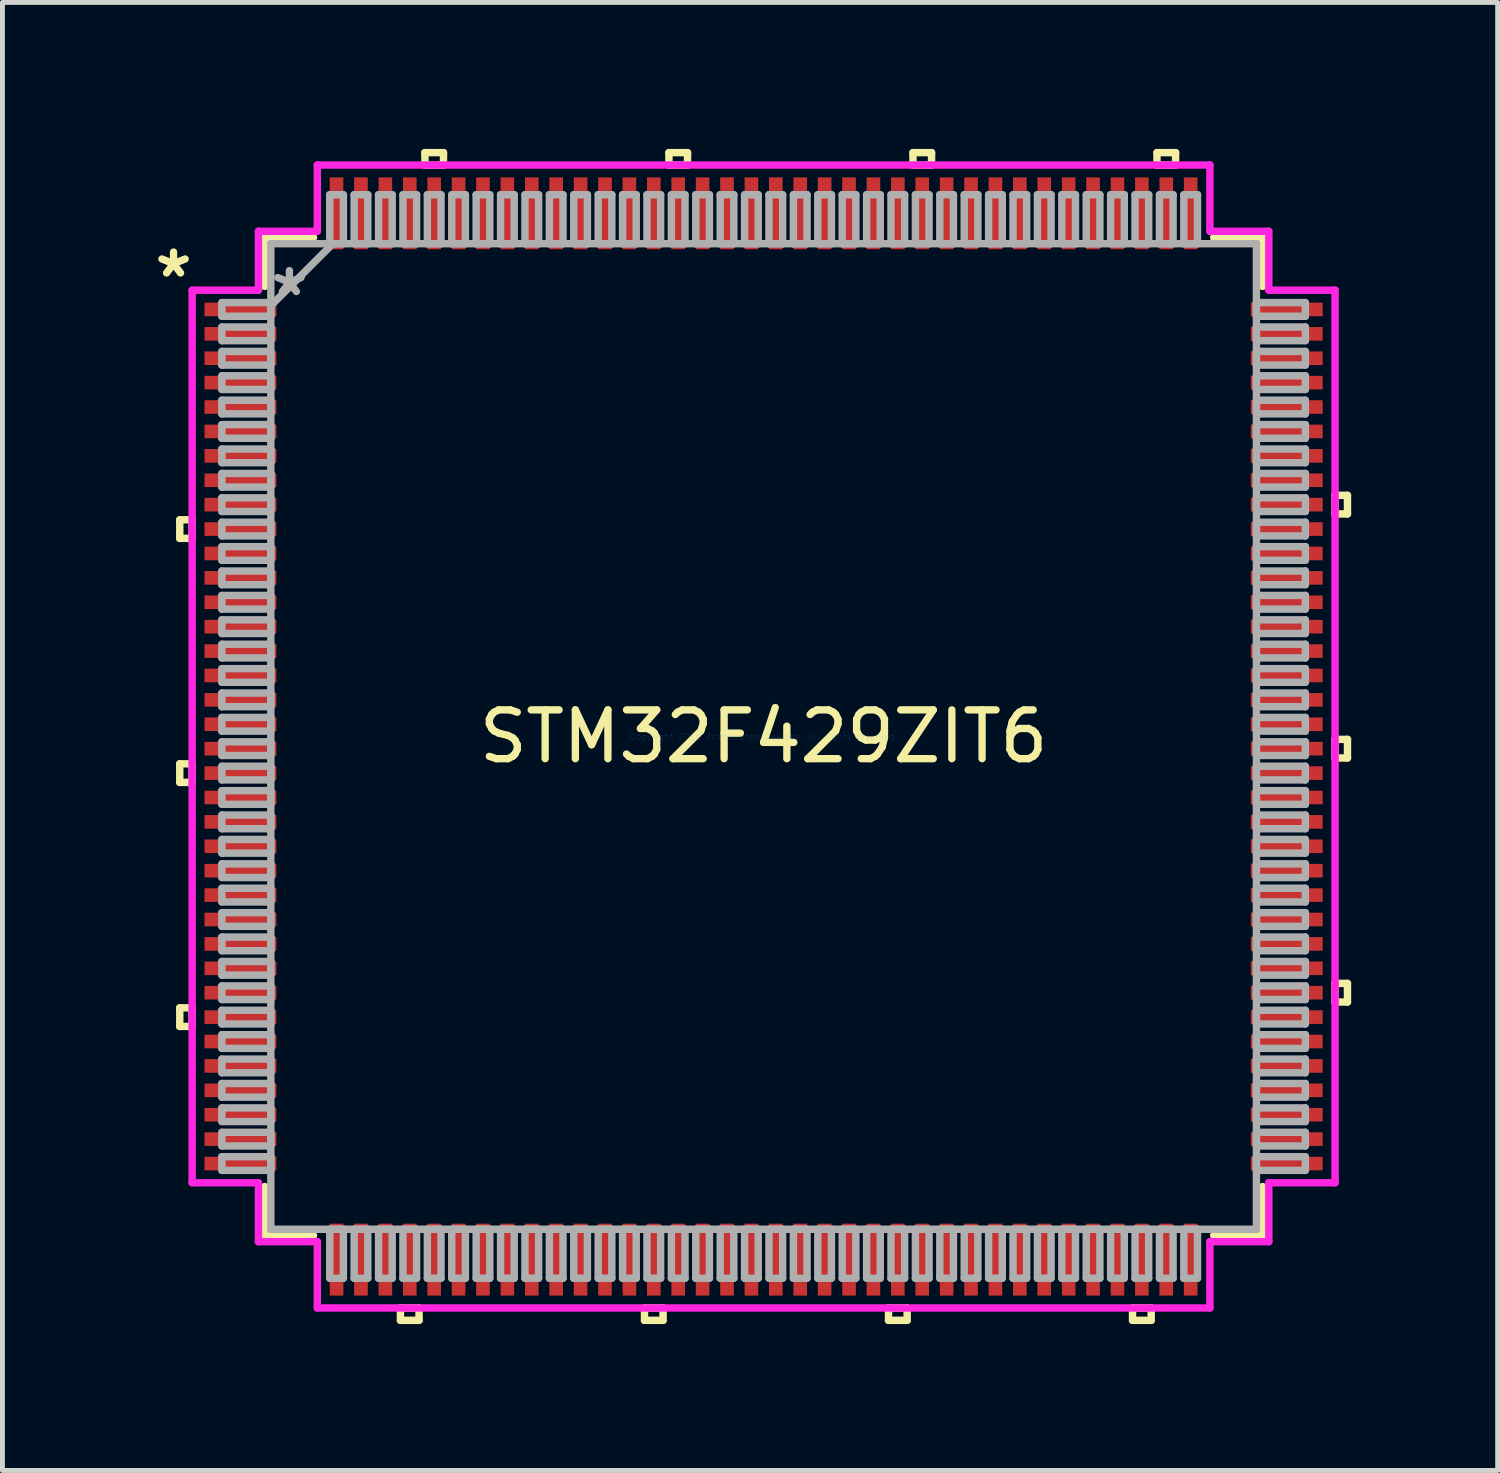
<source format=kicad_pcb>
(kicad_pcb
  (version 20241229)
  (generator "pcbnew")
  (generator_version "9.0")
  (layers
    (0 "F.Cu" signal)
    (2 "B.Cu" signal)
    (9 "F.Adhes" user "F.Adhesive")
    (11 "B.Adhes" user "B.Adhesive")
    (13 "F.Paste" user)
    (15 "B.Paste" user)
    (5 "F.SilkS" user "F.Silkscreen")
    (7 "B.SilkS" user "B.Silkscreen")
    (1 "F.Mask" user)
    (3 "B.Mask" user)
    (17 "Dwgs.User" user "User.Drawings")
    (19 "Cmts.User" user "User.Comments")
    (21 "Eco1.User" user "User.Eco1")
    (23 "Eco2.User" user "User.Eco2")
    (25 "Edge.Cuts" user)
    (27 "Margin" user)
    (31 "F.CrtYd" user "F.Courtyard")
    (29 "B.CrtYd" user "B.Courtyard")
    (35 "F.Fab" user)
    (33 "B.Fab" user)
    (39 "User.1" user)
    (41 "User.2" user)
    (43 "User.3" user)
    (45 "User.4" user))
  (footprint "STM32F429ZIT6"
    (layer "F.Cu")
    (at 12.596 12.04)
    (property "Reference" "STM32F429ZIT6" (at 0 0 0) (layer "F.SilkS") (effects (font (size 1 1) (thickness 0.15))))
    (attr through_hole)
    (fp_line (start -11.963 -4.44) (end -11.963 -4.059) (stroke (width 0.152) (type solid)) (layer "F.SilkS"))
    (fp_line (start -11.963 -4.059) (end -11.709 -4.059) (stroke (width 0.152) (type solid)) (layer "F.SilkS"))
    (fp_line (start -11.963 0.56) (end -11.963 0.941) (stroke (width 0.152) (type solid)) (layer "F.SilkS"))
    (fp_line (start -11.963 0.941) (end -11.709 0.941) (stroke (width 0.152) (type solid)) (layer "F.SilkS"))
    (fp_line (start -11.963 5.56) (end -11.963 5.941) (stroke (width 0.152) (type solid)) (layer "F.SilkS"))
    (fp_line (start -11.963 5.941) (end -11.709 5.941) (stroke (width 0.152) (type solid)) (layer "F.SilkS"))
    (fp_line (start -11.709 -4.44) (end -11.963 -4.44) (stroke (width 0.152) (type solid)) (layer "F.SilkS"))
    (fp_line (start -11.709 -4.059) (end -11.709 -4.44) (stroke (width 0.152) (type solid)) (layer "F.SilkS"))
    (fp_line (start -11.709 0.56) (end -11.963 0.56) (stroke (width 0.152) (type solid)) (layer "F.SilkS"))
    (fp_line (start -11.709 0.941) (end -11.709 0.56) (stroke (width 0.152) (type solid)) (layer "F.SilkS"))
    (fp_line (start -11.709 5.56) (end -11.963 5.56) (stroke (width 0.152) (type solid)) (layer "F.SilkS"))
    (fp_line (start -11.709 5.941) (end -11.709 5.56) (stroke (width 0.152) (type solid)) (layer "F.SilkS"))
    (fp_line (start -10.223 -10.223) (end -10.223 -9.222) (stroke (width 0.152) (type solid)) (layer "F.SilkS"))
    (fp_line (start -10.223 9.222) (end -10.223 10.223) (stroke (width 0.152) (type solid)) (layer "F.SilkS"))
    (fp_line (start -10.223 10.223) (end -9.222 10.223) (stroke (width 0.152) (type solid)) (layer "F.SilkS"))
    (fp_line (start -9.222 -10.223) (end -10.223 -10.223) (stroke (width 0.152) (type solid)) (layer "F.SilkS"))
    (fp_line (start -7.441 11.709) (end -7.441 11.963) (stroke (width 0.152) (type solid)) (layer "F.SilkS"))
    (fp_line (start -7.441 11.963) (end -7.06 11.963) (stroke (width 0.152) (type solid)) (layer "F.SilkS"))
    (fp_line (start -7.06 11.709) (end -7.441 11.709) (stroke (width 0.152) (type solid)) (layer "F.SilkS"))
    (fp_line (start -7.06 11.963) (end -7.06 11.709) (stroke (width 0.152) (type solid)) (layer "F.SilkS"))
    (fp_line (start -6.94 -11.963) (end -6.559 -11.963) (stroke (width 0.152) (type solid)) (layer "F.SilkS"))
    (fp_line (start -6.94 -11.709) (end -6.94 -11.963) (stroke (width 0.152) (type solid)) (layer "F.SilkS"))
    (fp_line (start -6.559 -11.963) (end -6.559 -11.709) (stroke (width 0.152) (type solid)) (layer "F.SilkS"))
    (fp_line (start -6.559 -11.709) (end -6.94 -11.709) (stroke (width 0.152) (type solid)) (layer "F.SilkS"))
    (fp_line (start -2.441 11.709) (end -2.441 11.963) (stroke (width 0.152) (type solid)) (layer "F.SilkS"))
    (fp_line (start -2.441 11.963) (end -2.06 11.963) (stroke (width 0.152) (type solid)) (layer "F.SilkS"))
    (fp_line (start -2.06 11.709) (end -2.441 11.709) (stroke (width 0.152) (type solid)) (layer "F.SilkS"))
    (fp_line (start -2.06 11.963) (end -2.06 11.709) (stroke (width 0.152) (type solid)) (layer "F.SilkS"))
    (fp_line (start -1.94 -11.963) (end -1.559 -11.963) (stroke (width 0.152) (type solid)) (layer "F.SilkS"))
    (fp_line (start -1.94 -11.709) (end -1.94 -11.963) (stroke (width 0.152) (type solid)) (layer "F.SilkS"))
    (fp_line (start -1.559 -11.963) (end -1.559 -11.709) (stroke (width 0.152) (type solid)) (layer "F.SilkS"))
    (fp_line (start -1.559 -11.709) (end -1.94 -11.709) (stroke (width 0.152) (type solid)) (layer "F.SilkS"))
    (fp_line (start 2.559 11.709) (end 2.559 11.963) (stroke (width 0.152) (type solid)) (layer "F.SilkS"))
    (fp_line (start 2.559 11.963) (end 2.941 11.963) (stroke (width 0.152) (type solid)) (layer "F.SilkS"))
    (fp_line (start 2.941 11.709) (end 2.559 11.709) (stroke (width 0.152) (type solid)) (layer "F.SilkS"))
    (fp_line (start 2.941 11.963) (end 2.941 11.709) (stroke (width 0.152) (type solid)) (layer "F.SilkS"))
    (fp_line (start 3.06 -11.963) (end 3.441 -11.963) (stroke (width 0.152) (type solid)) (layer "F.SilkS"))
    (fp_line (start 3.06 -11.709) (end 3.06 -11.963) (stroke (width 0.152) (type solid)) (layer "F.SilkS"))
    (fp_line (start 3.441 -11.963) (end 3.441 -11.709) (stroke (width 0.152) (type solid)) (layer "F.SilkS"))
    (fp_line (start 3.441 -11.709) (end 3.06 -11.709) (stroke (width 0.152) (type solid)) (layer "F.SilkS"))
    (fp_line (start 7.559 11.709) (end 7.559 11.963) (stroke (width 0.152) (type solid)) (layer "F.SilkS"))
    (fp_line (start 7.559 11.963) (end 7.941 11.963) (stroke (width 0.152) (type solid)) (layer "F.SilkS"))
    (fp_line (start 7.941 11.709) (end 7.559 11.709) (stroke (width 0.152) (type solid)) (layer "F.SilkS"))
    (fp_line (start 7.941 11.963) (end 7.941 11.709) (stroke (width 0.152) (type solid)) (layer "F.SilkS"))
    (fp_line (start 8.06 -11.963) (end 8.441 -11.963) (stroke (width 0.152) (type solid)) (layer "F.SilkS"))
    (fp_line (start 8.06 -11.709) (end 8.06 -11.963) (stroke (width 0.152) (type solid)) (layer "F.SilkS"))
    (fp_line (start 8.441 -11.963) (end 8.441 -11.709) (stroke (width 0.152) (type solid)) (layer "F.SilkS"))
    (fp_line (start 8.441 -11.709) (end 8.06 -11.709) (stroke (width 0.152) (type solid)) (layer "F.SilkS"))
    (fp_line (start 9.222 10.223) (end 10.223 10.223) (stroke (width 0.152) (type solid)) (layer "F.SilkS"))
    (fp_line (start 10.223 -10.223) (end 9.222 -10.223) (stroke (width 0.152) (type solid)) (layer "F.SilkS"))
    (fp_line (start 10.223 -9.222) (end 10.223 -10.223) (stroke (width 0.152) (type solid)) (layer "F.SilkS"))
    (fp_line (start 10.223 10.223) (end 10.223 9.222) (stroke (width 0.152) (type solid)) (layer "F.SilkS"))
    (fp_line (start 11.709 -4.941) (end 11.963 -4.941) (stroke (width 0.152) (type solid)) (layer "F.SilkS"))
    (fp_line (start 11.709 -4.56) (end 11.709 -4.941) (stroke (width 0.152) (type solid)) (layer "F.SilkS"))
    (fp_line (start 11.709 0.059) (end 11.963 0.059) (stroke (width 0.152) (type solid)) (layer "F.SilkS"))
    (fp_line (start 11.709 0.441) (end 11.709 0.059) (stroke (width 0.152) (type solid)) (layer "F.SilkS"))
    (fp_line (start 11.709 5.059) (end 11.963 5.059) (stroke (width 0.152) (type solid)) (layer "F.SilkS"))
    (fp_line (start 11.709 5.441) (end 11.709 5.059) (stroke (width 0.152) (type solid)) (layer "F.SilkS"))
    (fp_line (start 11.963 -4.941) (end 11.963 -4.56) (stroke (width 0.152) (type solid)) (layer "F.SilkS"))
    (fp_line (start 11.963 -4.56) (end 11.709 -4.56) (stroke (width 0.152) (type solid)) (layer "F.SilkS"))
    (fp_line (start 11.963 0.059) (end 11.963 0.441) (stroke (width 0.152) (type solid)) (layer "F.SilkS"))
    (fp_line (start 11.963 0.441) (end 11.709 0.441) (stroke (width 0.152) (type solid)) (layer "F.SilkS"))
    (fp_line (start 11.963 5.059) (end 11.963 5.441) (stroke (width 0.152) (type solid)) (layer "F.SilkS"))
    (fp_line (start 11.963 5.441) (end 11.709 5.441) (stroke (width 0.152) (type solid)) (layer "F.SilkS"))
    (fp_line (start -11.709 -9.144) (end -10.351 -9.144) (stroke (width 0.152) (type solid)) (layer "F.CrtYd"))
    (fp_line (start -11.709 9.144) (end -11.709 -9.144) (stroke (width 0.152) (type solid)) (layer "F.CrtYd"))
    (fp_line (start -10.351 -10.351) (end -9.144 -10.351) (stroke (width 0.152) (type solid)) (layer "F.CrtYd"))
    (fp_line (start -10.351 -9.144) (end -10.351 -10.351) (stroke (width 0.152) (type solid)) (layer "F.CrtYd"))
    (fp_line (start -10.351 9.144) (end -11.709 9.144) (stroke (width 0.152) (type solid)) (layer "F.CrtYd"))
    (fp_line (start -10.351 10.351) (end -10.351 9.144) (stroke (width 0.152) (type solid)) (layer "F.CrtYd"))
    (fp_line (start -9.144 -11.709) (end 9.144 -11.709) (stroke (width 0.152) (type solid)) (layer "F.CrtYd"))
    (fp_line (start -9.144 -10.351) (end -9.144 -11.709) (stroke (width 0.152) (type solid)) (layer "F.CrtYd"))
    (fp_line (start -9.144 10.351) (end -10.351 10.351) (stroke (width 0.152) (type solid)) (layer "F.CrtYd"))
    (fp_line (start -9.144 11.709) (end -9.144 10.351) (stroke (width 0.152) (type solid)) (layer "F.CrtYd"))
    (fp_line (start 9.144 -11.709) (end 9.144 -10.351) (stroke (width 0.152) (type solid)) (layer "F.CrtYd"))
    (fp_line (start 9.144 -10.351) (end 10.351 -10.351) (stroke (width 0.152) (type solid)) (layer "F.CrtYd"))
    (fp_line (start 9.144 10.351) (end 9.144 11.709) (stroke (width 0.152) (type solid)) (layer "F.CrtYd"))
    (fp_line (start 9.144 11.709) (end -9.144 11.709) (stroke (width 0.152) (type solid)) (layer "F.CrtYd"))
    (fp_line (start 10.351 -10.351) (end 10.351 -9.144) (stroke (width 0.152) (type solid)) (layer "F.CrtYd"))
    (fp_line (start 10.351 -9.144) (end 11.709 -9.144) (stroke (width 0.152) (type solid)) (layer "F.CrtYd"))
    (fp_line (start 10.351 9.144) (end 10.351 10.351) (stroke (width 0.152) (type solid)) (layer "F.CrtYd"))
    (fp_line (start 10.351 10.351) (end 9.144 10.351) (stroke (width 0.152) (type solid)) (layer "F.CrtYd"))
    (fp_line (start 11.709 -9.144) (end 11.709 9.144) (stroke (width 0.152) (type solid)) (layer "F.CrtYd"))
    (fp_line (start 11.709 9.144) (end 10.351 9.144) (stroke (width 0.152) (type solid)) (layer "F.CrtYd"))
    (fp_line (start -11.1 -8.89) (end -11.1 -8.61) (stroke (width 0.152) (type solid)) (layer "F.Fab"))
    (fp_line (start -11.1 -8.61) (end -10.097 -8.61) (stroke (width 0.152) (type solid)) (layer "F.Fab"))
    (fp_line (start -11.1 -8.39) (end -11.1 -8.11) (stroke (width 0.152) (type solid)) (layer "F.Fab"))
    (fp_line (start -11.1 -8.11) (end -10.097 -8.11) (stroke (width 0.152) (type solid)) (layer "F.Fab"))
    (fp_line (start -11.1 -7.89) (end -11.1 -7.61) (stroke (width 0.152) (type solid)) (layer "F.Fab"))
    (fp_line (start -11.1 -7.61) (end -10.097 -7.61) (stroke (width 0.152) (type solid)) (layer "F.Fab"))
    (fp_line (start -11.1 -7.39) (end -11.1 -7.11) (stroke (width 0.152) (type solid)) (layer "F.Fab"))
    (fp_line (start -11.1 -7.11) (end -10.097 -7.11) (stroke (width 0.152) (type solid)) (layer "F.Fab"))
    (fp_line (start -11.1 -6.89) (end -11.1 -6.61) (stroke (width 0.152) (type solid)) (layer "F.Fab"))
    (fp_line (start -11.1 -6.61) (end -10.097 -6.61) (stroke (width 0.152) (type solid)) (layer "F.Fab"))
    (fp_line (start -11.1 -6.39) (end -11.1 -6.11) (stroke (width 0.152) (type solid)) (layer "F.Fab"))
    (fp_line (start -11.1 -6.11) (end -10.097 -6.11) (stroke (width 0.152) (type solid)) (layer "F.Fab"))
    (fp_line (start -11.1 -5.89) (end -11.1 -5.61) (stroke (width 0.152) (type solid)) (layer "F.Fab"))
    (fp_line (start -11.1 -5.61) (end -10.097 -5.61) (stroke (width 0.152) (type solid)) (layer "F.Fab"))
    (fp_line (start -11.1 -5.39) (end -11.1 -5.11) (stroke (width 0.152) (type solid)) (layer "F.Fab"))
    (fp_line (start -11.1 -5.11) (end -10.097 -5.11) (stroke (width 0.152) (type solid)) (layer "F.Fab"))
    (fp_line (start -11.1 -4.89) (end -11.1 -4.61) (stroke (width 0.152) (type solid)) (layer "F.Fab"))
    (fp_line (start -11.1 -4.61) (end -10.097 -4.61) (stroke (width 0.152) (type solid)) (layer "F.Fab"))
    (fp_line (start -11.1 -4.39) (end -11.1 -4.11) (stroke (width 0.152) (type solid)) (layer "F.Fab"))
    (fp_line (start -11.1 -4.11) (end -10.097 -4.11) (stroke (width 0.152) (type solid)) (layer "F.Fab"))
    (fp_line (start -11.1 -3.89) (end -11.1 -3.61) (stroke (width 0.152) (type solid)) (layer "F.Fab"))
    (fp_line (start -11.1 -3.61) (end -10.097 -3.61) (stroke (width 0.152) (type solid)) (layer "F.Fab"))
    (fp_line (start -11.1 -3.39) (end -11.1 -3.11) (stroke (width 0.152) (type solid)) (layer "F.Fab"))
    (fp_line (start -11.1 -3.11) (end -10.097 -3.11) (stroke (width 0.152) (type solid)) (layer "F.Fab"))
    (fp_line (start -11.1 -2.89) (end -11.1 -2.61) (stroke (width 0.152) (type solid)) (layer "F.Fab"))
    (fp_line (start -11.1 -2.61) (end -10.097 -2.61) (stroke (width 0.152) (type solid)) (layer "F.Fab"))
    (fp_line (start -11.1 -2.39) (end -11.1 -2.11) (stroke (width 0.152) (type solid)) (layer "F.Fab"))
    (fp_line (start -11.1 -2.11) (end -10.097 -2.11) (stroke (width 0.152) (type solid)) (layer "F.Fab"))
    (fp_line (start -11.1 -1.89) (end -11.1 -1.61) (stroke (width 0.152) (type solid)) (layer "F.Fab"))
    (fp_line (start -11.1 -1.61) (end -10.097 -1.61) (stroke (width 0.152) (type solid)) (layer "F.Fab"))
    (fp_line (start -11.1 -1.39) (end -11.1 -1.11) (stroke (width 0.152) (type solid)) (layer "F.Fab"))
    (fp_line (start -11.1 -1.11) (end -10.097 -1.11) (stroke (width 0.152) (type solid)) (layer "F.Fab"))
    (fp_line (start -11.1 -0.89) (end -11.1 -0.61) (stroke (width 0.152) (type solid)) (layer "F.Fab"))
    (fp_line (start -11.1 -0.61) (end -10.097 -0.61) (stroke (width 0.152) (type solid)) (layer "F.Fab"))
    (fp_line (start -11.1 -0.39) (end -11.1 -0.11) (stroke (width 0.152) (type solid)) (layer "F.Fab"))
    (fp_line (start -11.1 -0.11) (end -10.097 -0.11) (stroke (width 0.152) (type solid)) (layer "F.Fab"))
    (fp_line (start -11.1 0.11) (end -11.1 0.39) (stroke (width 0.152) (type solid)) (layer "F.Fab"))
    (fp_line (start -11.1 0.39) (end -10.097 0.39) (stroke (width 0.152) (type solid)) (layer "F.Fab"))
    (fp_line (start -11.1 0.61) (end -11.1 0.89) (stroke (width 0.152) (type solid)) (layer "F.Fab"))
    (fp_line (start -11.1 0.89) (end -10.097 0.89) (stroke (width 0.152) (type solid)) (layer "F.Fab"))
    (fp_line (start -11.1 1.11) (end -11.1 1.39) (stroke (width 0.152) (type solid)) (layer "F.Fab"))
    (fp_line (start -11.1 1.39) (end -10.097 1.39) (stroke (width 0.152) (type solid)) (layer "F.Fab"))
    (fp_line (start -11.1 1.61) (end -11.1 1.89) (stroke (width 0.152) (type solid)) (layer "F.Fab"))
    (fp_line (start -11.1 1.89) (end -10.097 1.89) (stroke (width 0.152) (type solid)) (layer "F.Fab"))
    (fp_line (start -11.1 2.11) (end -11.1 2.39) (stroke (width 0.152) (type solid)) (layer "F.Fab"))
    (fp_line (start -11.1 2.39) (end -10.097 2.39) (stroke (width 0.152) (type solid)) (layer "F.Fab"))
    (fp_line (start -11.1 2.61) (end -11.1 2.89) (stroke (width 0.152) (type solid)) (layer "F.Fab"))
    (fp_line (start -11.1 2.89) (end -10.097 2.89) (stroke (width 0.152) (type solid)) (layer "F.Fab"))
    (fp_line (start -11.1 3.11) (end -11.1 3.39) (stroke (width 0.152) (type solid)) (layer "F.Fab"))
    (fp_line (start -11.1 3.39) (end -10.097 3.39) (stroke (width 0.152) (type solid)) (layer "F.Fab"))
    (fp_line (start -11.1 3.61) (end -11.1 3.89) (stroke (width 0.152) (type solid)) (layer "F.Fab"))
    (fp_line (start -11.1 3.89) (end -10.097 3.89) (stroke (width 0.152) (type solid)) (layer "F.Fab"))
    (fp_line (start -11.1 4.11) (end -11.1 4.39) (stroke (width 0.152) (type solid)) (layer "F.Fab"))
    (fp_line (start -11.1 4.39) (end -10.097 4.39) (stroke (width 0.152) (type solid)) (layer "F.Fab"))
    (fp_line (start -11.1 4.61) (end -11.1 4.89) (stroke (width 0.152) (type solid)) (layer "F.Fab"))
    (fp_line (start -11.1 4.89) (end -10.097 4.89) (stroke (width 0.152) (type solid)) (layer "F.Fab"))
    (fp_line (start -11.1 5.11) (end -11.1 5.39) (stroke (width 0.152) (type solid)) (layer "F.Fab"))
    (fp_line (start -11.1 5.39) (end -10.097 5.39) (stroke (width 0.152) (type solid)) (layer "F.Fab"))
    (fp_line (start -11.1 5.61) (end -11.1 5.89) (stroke (width 0.152) (type solid)) (layer "F.Fab"))
    (fp_line (start -11.1 5.89) (end -10.097 5.89) (stroke (width 0.152) (type solid)) (layer "F.Fab"))
    (fp_line (start -11.1 6.11) (end -11.1 6.39) (stroke (width 0.152) (type solid)) (layer "F.Fab"))
    (fp_line (start -11.1 6.39) (end -10.097 6.39) (stroke (width 0.152) (type solid)) (layer "F.Fab"))
    (fp_line (start -11.1 6.61) (end -11.1 6.89) (stroke (width 0.152) (type solid)) (layer "F.Fab"))
    (fp_line (start -11.1 6.89) (end -10.097 6.89) (stroke (width 0.152) (type solid)) (layer "F.Fab"))
    (fp_line (start -11.1 7.11) (end -11.1 7.39) (stroke (width 0.152) (type solid)) (layer "F.Fab"))
    (fp_line (start -11.1 7.39) (end -10.097 7.39) (stroke (width 0.152) (type solid)) (layer "F.Fab"))
    (fp_line (start -11.1 7.61) (end -11.1 7.89) (stroke (width 0.152) (type solid)) (layer "F.Fab"))
    (fp_line (start -11.1 7.89) (end -10.097 7.89) (stroke (width 0.152) (type solid)) (layer "F.Fab"))
    (fp_line (start -11.1 8.11) (end -11.1 8.39) (stroke (width 0.152) (type solid)) (layer "F.Fab"))
    (fp_line (start -11.1 8.39) (end -10.097 8.39) (stroke (width 0.152) (type solid)) (layer "F.Fab"))
    (fp_line (start -11.1 8.61) (end -11.1 8.89) (stroke (width 0.152) (type solid)) (layer "F.Fab"))
    (fp_line (start -11.1 8.89) (end -10.097 8.89) (stroke (width 0.152) (type solid)) (layer "F.Fab"))
    (fp_line (start -10.097 -10.097) (end -10.097 -10.097) (stroke (width 0.152) (type solid)) (layer "F.Fab"))
    (fp_line (start -10.097 -10.097) (end -10.097 10.097) (stroke (width 0.152) (type solid)) (layer "F.Fab"))
    (fp_line (start -10.097 -8.89) (end -11.1 -8.89) (stroke (width 0.152) (type solid)) (layer "F.Fab"))
    (fp_line (start -10.097 -8.826) (end -8.826 -10.097) (stroke (width 0.152) (type solid)) (layer "F.Fab"))
    (fp_line (start -10.097 -8.61) (end -10.097 -8.89) (stroke (width 0.152) (type solid)) (layer "F.Fab"))
    (fp_line (start -10.097 -8.39) (end -11.1 -8.39) (stroke (width 0.152) (type solid)) (layer "F.Fab"))
    (fp_line (start -10.097 -8.11) (end -10.097 -8.39) (stroke (width 0.152) (type solid)) (layer "F.Fab"))
    (fp_line (start -10.097 -7.89) (end -11.1 -7.89) (stroke (width 0.152) (type solid)) (layer "F.Fab"))
    (fp_line (start -10.097 -7.61) (end -10.097 -7.89) (stroke (width 0.152) (type solid)) (layer "F.Fab"))
    (fp_line (start -10.097 -7.39) (end -11.1 -7.39) (stroke (width 0.152) (type solid)) (layer "F.Fab"))
    (fp_line (start -10.097 -7.11) (end -10.097 -7.39) (stroke (width 0.152) (type solid)) (layer "F.Fab"))
    (fp_line (start -10.097 -6.89) (end -11.1 -6.89) (stroke (width 0.152) (type solid)) (layer "F.Fab"))
    (fp_line (start -10.097 -6.61) (end -10.097 -6.89) (stroke (width 0.152) (type solid)) (layer "F.Fab"))
    (fp_line (start -10.097 -6.39) (end -11.1 -6.39) (stroke (width 0.152) (type solid)) (layer "F.Fab"))
    (fp_line (start -10.097 -6.11) (end -10.097 -6.39) (stroke (width 0.152) (type solid)) (layer "F.Fab"))
    (fp_line (start -10.097 -5.89) (end -11.1 -5.89) (stroke (width 0.152) (type solid)) (layer "F.Fab"))
    (fp_line (start -10.097 -5.61) (end -10.097 -5.89) (stroke (width 0.152) (type solid)) (layer "F.Fab"))
    (fp_line (start -10.097 -5.39) (end -11.1 -5.39) (stroke (width 0.152) (type solid)) (layer "F.Fab"))
    (fp_line (start -10.097 -5.11) (end -10.097 -5.39) (stroke (width 0.152) (type solid)) (layer "F.Fab"))
    (fp_line (start -10.097 -4.89) (end -11.1 -4.89) (stroke (width 0.152) (type solid)) (layer "F.Fab"))
    (fp_line (start -10.097 -4.61) (end -10.097 -4.89) (stroke (width 0.152) (type solid)) (layer "F.Fab"))
    (fp_line (start -10.097 -4.39) (end -11.1 -4.39) (stroke (width 0.152) (type solid)) (layer "F.Fab"))
    (fp_line (start -10.097 -4.11) (end -10.097 -4.39) (stroke (width 0.152) (type solid)) (layer "F.Fab"))
    (fp_line (start -10.097 -3.89) (end -11.1 -3.89) (stroke (width 0.152) (type solid)) (layer "F.Fab"))
    (fp_line (start -10.097 -3.61) (end -10.097 -3.89) (stroke (width 0.152) (type solid)) (layer "F.Fab"))
    (fp_line (start -10.097 -3.39) (end -11.1 -3.39) (stroke (width 0.152) (type solid)) (layer "F.Fab"))
    (fp_line (start -10.097 -3.11) (end -10.097 -3.39) (stroke (width 0.152) (type solid)) (layer "F.Fab"))
    (fp_line (start -10.097 -2.89) (end -11.1 -2.89) (stroke (width 0.152) (type solid)) (layer "F.Fab"))
    (fp_line (start -10.097 -2.61) (end -10.097 -2.89) (stroke (width 0.152) (type solid)) (layer "F.Fab"))
    (fp_line (start -10.097 -2.39) (end -11.1 -2.39) (stroke (width 0.152) (type solid)) (layer "F.Fab"))
    (fp_line (start -10.097 -2.11) (end -10.097 -2.39) (stroke (width 0.152) (type solid)) (layer "F.Fab"))
    (fp_line (start -10.097 -1.89) (end -11.1 -1.89) (stroke (width 0.152) (type solid)) (layer "F.Fab"))
    (fp_line (start -10.097 -1.61) (end -10.097 -1.89) (stroke (width 0.152) (type solid)) (layer "F.Fab"))
    (fp_line (start -10.097 -1.39) (end -11.1 -1.39) (stroke (width 0.152) (type solid)) (layer "F.Fab"))
    (fp_line (start -10.097 -1.11) (end -10.097 -1.39) (stroke (width 0.152) (type solid)) (layer "F.Fab"))
    (fp_line (start -10.097 -0.89) (end -11.1 -0.89) (stroke (width 0.152) (type solid)) (layer "F.Fab"))
    (fp_line (start -10.097 -0.61) (end -10.097 -0.89) (stroke (width 0.152) (type solid)) (layer "F.Fab"))
    (fp_line (start -10.097 -0.39) (end -11.1 -0.39) (stroke (width 0.152) (type solid)) (layer "F.Fab"))
    (fp_line (start -10.097 -0.11) (end -10.097 -0.39) (stroke (width 0.152) (type solid)) (layer "F.Fab"))
    (fp_line (start -10.097 0.11) (end -11.1 0.11) (stroke (width 0.152) (type solid)) (layer "F.Fab"))
    (fp_line (start -10.097 0.39) (end -10.097 0.11) (stroke (width 0.152) (type solid)) (layer "F.Fab"))
    (fp_line (start -10.097 0.61) (end -11.1 0.61) (stroke (width 0.152) (type solid)) (layer "F.Fab"))
    (fp_line (start -10.097 0.89) (end -10.097 0.61) (stroke (width 0.152) (type solid)) (layer "F.Fab"))
    (fp_line (start -10.097 1.11) (end -11.1 1.11) (stroke (width 0.152) (type solid)) (layer "F.Fab"))
    (fp_line (start -10.097 1.39) (end -10.097 1.11) (stroke (width 0.152) (type solid)) (layer "F.Fab"))
    (fp_line (start -10.097 1.61) (end -11.1 1.61) (stroke (width 0.152) (type solid)) (layer "F.Fab"))
    (fp_line (start -10.097 1.89) (end -10.097 1.61) (stroke (width 0.152) (type solid)) (layer "F.Fab"))
    (fp_line (start -10.097 2.11) (end -11.1 2.11) (stroke (width 0.152) (type solid)) (layer "F.Fab"))
    (fp_line (start -10.097 2.39) (end -10.097 2.11) (stroke (width 0.152) (type solid)) (layer "F.Fab"))
    (fp_line (start -10.097 2.61) (end -11.1 2.61) (stroke (width 0.152) (type solid)) (layer "F.Fab"))
    (fp_line (start -10.097 2.89) (end -10.097 2.61) (stroke (width 0.152) (type solid)) (layer "F.Fab"))
    (fp_line (start -10.097 3.11) (end -11.1 3.11) (stroke (width 0.152) (type solid)) (layer "F.Fab"))
    (fp_line (start -10.097 3.39) (end -10.097 3.11) (stroke (width 0.152) (type solid)) (layer "F.Fab"))
    (fp_line (start -10.097 3.61) (end -11.1 3.61) (stroke (width 0.152) (type solid)) (layer "F.Fab"))
    (fp_line (start -10.097 3.89) (end -10.097 3.61) (stroke (width 0.152) (type solid)) (layer "F.Fab"))
    (fp_line (start -10.097 4.11) (end -11.1 4.11) (stroke (width 0.152) (type solid)) (layer "F.Fab"))
    (fp_line (start -10.097 4.39) (end -10.097 4.11) (stroke (width 0.152) (type solid)) (layer "F.Fab"))
    (fp_line (start -10.097 4.61) (end -11.1 4.61) (stroke (width 0.152) (type solid)) (layer "F.Fab"))
    (fp_line (start -10.097 4.89) (end -10.097 4.61) (stroke (width 0.152) (type solid)) (layer "F.Fab"))
    (fp_line (start -10.097 5.11) (end -11.1 5.11) (stroke (width 0.152) (type solid)) (layer "F.Fab"))
    (fp_line (start -10.097 5.39) (end -10.097 5.11) (stroke (width 0.152) (type solid)) (layer "F.Fab"))
    (fp_line (start -10.097 5.61) (end -11.1 5.61) (stroke (width 0.152) (type solid)) (layer "F.Fab"))
    (fp_line (start -10.097 5.89) (end -10.097 5.61) (stroke (width 0.152) (type solid)) (layer "F.Fab"))
    (fp_line (start -10.097 6.11) (end -11.1 6.11) (stroke (width 0.152) (type solid)) (layer "F.Fab"))
    (fp_line (start -10.097 6.39) (end -10.097 6.11) (stroke (width 0.152) (type solid)) (layer "F.Fab"))
    (fp_line (start -10.097 6.61) (end -11.1 6.61) (stroke (width 0.152) (type solid)) (layer "F.Fab"))
    (fp_line (start -10.097 6.89) (end -10.097 6.61) (stroke (width 0.152) (type solid)) (layer "F.Fab"))
    (fp_line (start -10.097 7.11) (end -11.1 7.11) (stroke (width 0.152) (type solid)) (layer "F.Fab"))
    (fp_line (start -10.097 7.39) (end -10.097 7.11) (stroke (width 0.152) (type solid)) (layer "F.Fab"))
    (fp_line (start -10.097 7.61) (end -11.1 7.61) (stroke (width 0.152) (type solid)) (layer "F.Fab"))
    (fp_line (start -10.097 7.89) (end -10.097 7.61) (stroke (width 0.152) (type solid)) (layer "F.Fab"))
    (fp_line (start -10.097 8.11) (end -11.1 8.11) (stroke (width 0.152) (type solid)) (layer "F.Fab"))
    (fp_line (start -10.097 8.39) (end -10.097 8.11) (stroke (width 0.152) (type solid)) (layer "F.Fab"))
    (fp_line (start -10.097 8.61) (end -11.1 8.61) (stroke (width 0.152) (type solid)) (layer "F.Fab"))
    (fp_line (start -10.097 8.89) (end -10.097 8.61) (stroke (width 0.152) (type solid)) (layer "F.Fab"))
    (fp_line (start -10.097 10.097) (end -10.097 10.097) (stroke (width 0.152) (type solid)) (layer "F.Fab"))
    (fp_line (start -10.097 10.097) (end 10.097 10.097) (stroke (width 0.152) (type solid)) (layer "F.Fab"))
    (fp_line (start -8.89 -11.1) (end -8.89 -10.097) (stroke (width 0.152) (type solid)) (layer "F.Fab"))
    (fp_line (start -8.89 -10.097) (end -8.61 -10.097) (stroke (width 0.152) (type solid)) (layer "F.Fab"))
    (fp_line (start -8.89 10.097) (end -8.89 11.1) (stroke (width 0.152) (type solid)) (layer "F.Fab"))
    (fp_line (start -8.89 11.1) (end -8.61 11.1) (stroke (width 0.152) (type solid)) (layer "F.Fab"))
    (fp_line (start -8.61 -11.1) (end -8.89 -11.1) (stroke (width 0.152) (type solid)) (layer "F.Fab"))
    (fp_line (start -8.61 -10.097) (end -8.61 -11.1) (stroke (width 0.152) (type solid)) (layer "F.Fab"))
    (fp_line (start -8.61 10.097) (end -8.89 10.097) (stroke (width 0.152) (type solid)) (layer "F.Fab"))
    (fp_line (start -8.61 11.1) (end -8.61 10.097) (stroke (width 0.152) (type solid)) (layer "F.Fab"))
    (fp_line (start -8.39 -11.1) (end -8.39 -10.097) (stroke (width 0.152) (type solid)) (layer "F.Fab"))
    (fp_line (start -8.39 -10.097) (end -8.11 -10.097) (stroke (width 0.152) (type solid)) (layer "F.Fab"))
    (fp_line (start -8.39 10.097) (end -8.39 11.1) (stroke (width 0.152) (type solid)) (layer "F.Fab"))
    (fp_line (start -8.39 11.1) (end -8.11 11.1) (stroke (width 0.152) (type solid)) (layer "F.Fab"))
    (fp_line (start -8.11 -11.1) (end -8.39 -11.1) (stroke (width 0.152) (type solid)) (layer "F.Fab"))
    (fp_line (start -8.11 -10.097) (end -8.11 -11.1) (stroke (width 0.152) (type solid)) (layer "F.Fab"))
    (fp_line (start -8.11 10.097) (end -8.39 10.097) (stroke (width 0.152) (type solid)) (layer "F.Fab"))
    (fp_line (start -8.11 11.1) (end -8.11 10.097) (stroke (width 0.152) (type solid)) (layer "F.Fab"))
    (fp_line (start -7.89 -11.1) (end -7.89 -10.097) (stroke (width 0.152) (type solid)) (layer "F.Fab"))
    (fp_line (start -7.89 -10.097) (end -7.61 -10.097) (stroke (width 0.152) (type solid)) (layer "F.Fab"))
    (fp_line (start -7.89 10.097) (end -7.89 11.1) (stroke (width 0.152) (type solid)) (layer "F.Fab"))
    (fp_line (start -7.89 11.1) (end -7.61 11.1) (stroke (width 0.152) (type solid)) (layer "F.Fab"))
    (fp_line (start -7.61 -11.1) (end -7.89 -11.1) (stroke (width 0.152) (type solid)) (layer "F.Fab"))
    (fp_line (start -7.61 -10.097) (end -7.61 -11.1) (stroke (width 0.152) (type solid)) (layer "F.Fab"))
    (fp_line (start -7.61 10.097) (end -7.89 10.097) (stroke (width 0.152) (type solid)) (layer "F.Fab"))
    (fp_line (start -7.61 11.1) (end -7.61 10.097) (stroke (width 0.152) (type solid)) (layer "F.Fab"))
    (fp_line (start -7.39 -11.1) (end -7.39 -10.097) (stroke (width 0.152) (type solid)) (layer "F.Fab"))
    (fp_line (start -7.39 -10.097) (end -7.11 -10.097) (stroke (width 0.152) (type solid)) (layer "F.Fab"))
    (fp_line (start -7.39 10.097) (end -7.39 11.1) (stroke (width 0.152) (type solid)) (layer "F.Fab"))
    (fp_line (start -7.39 11.1) (end -7.11 11.1) (stroke (width 0.152) (type solid)) (layer "F.Fab"))
    (fp_line (start -7.11 -11.1) (end -7.39 -11.1) (stroke (width 0.152) (type solid)) (layer "F.Fab"))
    (fp_line (start -7.11 -10.097) (end -7.11 -11.1) (stroke (width 0.152) (type solid)) (layer "F.Fab"))
    (fp_line (start -7.11 10.097) (end -7.39 10.097) (stroke (width 0.152) (type solid)) (layer "F.Fab"))
    (fp_line (start -7.11 11.1) (end -7.11 10.097) (stroke (width 0.152) (type solid)) (layer "F.Fab"))
    (fp_line (start -6.89 -11.1) (end -6.89 -10.097) (stroke (width 0.152) (type solid)) (layer "F.Fab"))
    (fp_line (start -6.89 -10.097) (end -6.61 -10.097) (stroke (width 0.152) (type solid)) (layer "F.Fab"))
    (fp_line (start -6.89 10.097) (end -6.89 11.1) (stroke (width 0.152) (type solid)) (layer "F.Fab"))
    (fp_line (start -6.89 11.1) (end -6.61 11.1) (stroke (width 0.152) (type solid)) (layer "F.Fab"))
    (fp_line (start -6.61 -11.1) (end -6.89 -11.1) (stroke (width 0.152) (type solid)) (layer "F.Fab"))
    (fp_line (start -6.61 -10.097) (end -6.61 -11.1) (stroke (width 0.152) (type solid)) (layer "F.Fab"))
    (fp_line (start -6.61 10.097) (end -6.89 10.097) (stroke (width 0.152) (type solid)) (layer "F.Fab"))
    (fp_line (start -6.61 11.1) (end -6.61 10.097) (stroke (width 0.152) (type solid)) (layer "F.Fab"))
    (fp_line (start -6.39 -11.1) (end -6.39 -10.097) (stroke (width 0.152) (type solid)) (layer "F.Fab"))
    (fp_line (start -6.39 -10.097) (end -6.11 -10.097) (stroke (width 0.152) (type solid)) (layer "F.Fab"))
    (fp_line (start -6.39 10.097) (end -6.39 11.1) (stroke (width 0.152) (type solid)) (layer "F.Fab"))
    (fp_line (start -6.39 11.1) (end -6.11 11.1) (stroke (width 0.152) (type solid)) (layer "F.Fab"))
    (fp_line (start -6.11 -11.1) (end -6.39 -11.1) (stroke (width 0.152) (type solid)) (layer "F.Fab"))
    (fp_line (start -6.11 -10.097) (end -6.11 -11.1) (stroke (width 0.152) (type solid)) (layer "F.Fab"))
    (fp_line (start -6.11 10.097) (end -6.39 10.097) (stroke (width 0.152) (type solid)) (layer "F.Fab"))
    (fp_line (start -6.11 11.1) (end -6.11 10.097) (stroke (width 0.152) (type solid)) (layer "F.Fab"))
    (fp_line (start -5.89 -11.1) (end -5.89 -10.097) (stroke (width 0.152) (type solid)) (layer "F.Fab"))
    (fp_line (start -5.89 -10.097) (end -5.61 -10.097) (stroke (width 0.152) (type solid)) (layer "F.Fab"))
    (fp_line (start -5.89 10.097) (end -5.89 11.1) (stroke (width 0.152) (type solid)) (layer "F.Fab"))
    (fp_line (start -5.89 11.1) (end -5.61 11.1) (stroke (width 0.152) (type solid)) (layer "F.Fab"))
    (fp_line (start -5.61 -11.1) (end -5.89 -11.1) (stroke (width 0.152) (type solid)) (layer "F.Fab"))
    (fp_line (start -5.61 -10.097) (end -5.61 -11.1) (stroke (width 0.152) (type solid)) (layer "F.Fab"))
    (fp_line (start -5.61 10.097) (end -5.89 10.097) (stroke (width 0.152) (type solid)) (layer "F.Fab"))
    (fp_line (start -5.61 11.1) (end -5.61 10.097) (stroke (width 0.152) (type solid)) (layer "F.Fab"))
    (fp_line (start -5.39 -11.1) (end -5.39 -10.097) (stroke (width 0.152) (type solid)) (layer "F.Fab"))
    (fp_line (start -5.39 -10.097) (end -5.11 -10.097) (stroke (width 0.152) (type solid)) (layer "F.Fab"))
    (fp_line (start -5.39 10.097) (end -5.39 11.1) (stroke (width 0.152) (type solid)) (layer "F.Fab"))
    (fp_line (start -5.39 11.1) (end -5.11 11.1) (stroke (width 0.152) (type solid)) (layer "F.Fab"))
    (fp_line (start -5.11 -11.1) (end -5.39 -11.1) (stroke (width 0.152) (type solid)) (layer "F.Fab"))
    (fp_line (start -5.11 -10.097) (end -5.11 -11.1) (stroke (width 0.152) (type solid)) (layer "F.Fab"))
    (fp_line (start -5.11 10.097) (end -5.39 10.097) (stroke (width 0.152) (type solid)) (layer "F.Fab"))
    (fp_line (start -5.11 11.1) (end -5.11 10.097) (stroke (width 0.152) (type solid)) (layer "F.Fab"))
    (fp_line (start -4.89 -11.1) (end -4.89 -10.097) (stroke (width 0.152) (type solid)) (layer "F.Fab"))
    (fp_line (start -4.89 -10.097) (end -4.61 -10.097) (stroke (width 0.152) (type solid)) (layer "F.Fab"))
    (fp_line (start -4.89 10.097) (end -4.89 11.1) (stroke (width 0.152) (type solid)) (layer "F.Fab"))
    (fp_line (start -4.89 11.1) (end -4.61 11.1) (stroke (width 0.152) (type solid)) (layer "F.Fab"))
    (fp_line (start -4.61 -11.1) (end -4.89 -11.1) (stroke (width 0.152) (type solid)) (layer "F.Fab"))
    (fp_line (start -4.61 -10.097) (end -4.61 -11.1) (stroke (width 0.152) (type solid)) (layer "F.Fab"))
    (fp_line (start -4.61 10.097) (end -4.89 10.097) (stroke (width 0.152) (type solid)) (layer "F.Fab"))
    (fp_line (start -4.61 11.1) (end -4.61 10.097) (stroke (width 0.152) (type solid)) (layer "F.Fab"))
    (fp_line (start -4.39 -11.1) (end -4.39 -10.097) (stroke (width 0.152) (type solid)) (layer "F.Fab"))
    (fp_line (start -4.39 -10.097) (end -4.11 -10.097) (stroke (width 0.152) (type solid)) (layer "F.Fab"))
    (fp_line (start -4.39 10.097) (end -4.39 11.1) (stroke (width 0.152) (type solid)) (layer "F.Fab"))
    (fp_line (start -4.39 11.1) (end -4.11 11.1) (stroke (width 0.152) (type solid)) (layer "F.Fab"))
    (fp_line (start -4.11 -11.1) (end -4.39 -11.1) (stroke (width 0.152) (type solid)) (layer "F.Fab"))
    (fp_line (start -4.11 -10.097) (end -4.11 -11.1) (stroke (width 0.152) (type solid)) (layer "F.Fab"))
    (fp_line (start -4.11 10.097) (end -4.39 10.097) (stroke (width 0.152) (type solid)) (layer "F.Fab"))
    (fp_line (start -4.11 11.1) (end -4.11 10.097) (stroke (width 0.152) (type solid)) (layer "F.Fab"))
    (fp_line (start -3.89 -11.1) (end -3.89 -10.097) (stroke (width 0.152) (type solid)) (layer "F.Fab"))
    (fp_line (start -3.89 -10.097) (end -3.61 -10.097) (stroke (width 0.152) (type solid)) (layer "F.Fab"))
    (fp_line (start -3.89 10.097) (end -3.89 11.1) (stroke (width 0.152) (type solid)) (layer "F.Fab"))
    (fp_line (start -3.89 11.1) (end -3.61 11.1) (stroke (width 0.152) (type solid)) (layer "F.Fab"))
    (fp_line (start -3.61 -11.1) (end -3.89 -11.1) (stroke (width 0.152) (type solid)) (layer "F.Fab"))
    (fp_line (start -3.61 -10.097) (end -3.61 -11.1) (stroke (width 0.152) (type solid)) (layer "F.Fab"))
    (fp_line (start -3.61 10.097) (end -3.89 10.097) (stroke (width 0.152) (type solid)) (layer "F.Fab"))
    (fp_line (start -3.61 11.1) (end -3.61 10.097) (stroke (width 0.152) (type solid)) (layer "F.Fab"))
    (fp_line (start -3.39 -11.1) (end -3.39 -10.097) (stroke (width 0.152) (type solid)) (layer "F.Fab"))
    (fp_line (start -3.39 -10.097) (end -3.11 -10.097) (stroke (width 0.152) (type solid)) (layer "F.Fab"))
    (fp_line (start -3.39 10.097) (end -3.39 11.1) (stroke (width 0.152) (type solid)) (layer "F.Fab"))
    (fp_line (start -3.39 11.1) (end -3.11 11.1) (stroke (width 0.152) (type solid)) (layer "F.Fab"))
    (fp_line (start -3.11 -11.1) (end -3.39 -11.1) (stroke (width 0.152) (type solid)) (layer "F.Fab"))
    (fp_line (start -3.11 -10.097) (end -3.11 -11.1) (stroke (width 0.152) (type solid)) (layer "F.Fab"))
    (fp_line (start -3.11 10.097) (end -3.39 10.097) (stroke (width 0.152) (type solid)) (layer "F.Fab"))
    (fp_line (start -3.11 11.1) (end -3.11 10.097) (stroke (width 0.152) (type solid)) (layer "F.Fab"))
    (fp_line (start -2.89 -11.1) (end -2.89 -10.097) (stroke (width 0.152) (type solid)) (layer "F.Fab"))
    (fp_line (start -2.89 -10.097) (end -2.61 -10.097) (stroke (width 0.152) (type solid)) (layer "F.Fab"))
    (fp_line (start -2.89 10.097) (end -2.89 11.1) (stroke (width 0.152) (type solid)) (layer "F.Fab"))
    (fp_line (start -2.89 11.1) (end -2.61 11.1) (stroke (width 0.152) (type solid)) (layer "F.Fab"))
    (fp_line (start -2.61 -11.1) (end -2.89 -11.1) (stroke (width 0.152) (type solid)) (layer "F.Fab"))
    (fp_line (start -2.61 -10.097) (end -2.61 -11.1) (stroke (width 0.152) (type solid)) (layer "F.Fab"))
    (fp_line (start -2.61 10.097) (end -2.89 10.097) (stroke (width 0.152) (type solid)) (layer "F.Fab"))
    (fp_line (start -2.61 11.1) (end -2.61 10.097) (stroke (width 0.152) (type solid)) (layer "F.Fab"))
    (fp_line (start -2.39 -11.1) (end -2.39 -10.097) (stroke (width 0.152) (type solid)) (layer "F.Fab"))
    (fp_line (start -2.39 -10.097) (end -2.11 -10.097) (stroke (width 0.152) (type solid)) (layer "F.Fab"))
    (fp_line (start -2.39 10.097) (end -2.39 11.1) (stroke (width 0.152) (type solid)) (layer "F.Fab"))
    (fp_line (start -2.39 11.1) (end -2.11 11.1) (stroke (width 0.152) (type solid)) (layer "F.Fab"))
    (fp_line (start -2.11 -11.1) (end -2.39 -11.1) (stroke (width 0.152) (type solid)) (layer "F.Fab"))
    (fp_line (start -2.11 -10.097) (end -2.11 -11.1) (stroke (width 0.152) (type solid)) (layer "F.Fab"))
    (fp_line (start -2.11 10.097) (end -2.39 10.097) (stroke (width 0.152) (type solid)) (layer "F.Fab"))
    (fp_line (start -2.11 11.1) (end -2.11 10.097) (stroke (width 0.152) (type solid)) (layer "F.Fab"))
    (fp_line (start -1.89 -11.1) (end -1.89 -10.097) (stroke (width 0.152) (type solid)) (layer "F.Fab"))
    (fp_line (start -1.89 -10.097) (end -1.61 -10.097) (stroke (width 0.152) (type solid)) (layer "F.Fab"))
    (fp_line (start -1.89 10.097) (end -1.89 11.1) (stroke (width 0.152) (type solid)) (layer "F.Fab"))
    (fp_line (start -1.89 11.1) (end -1.61 11.1) (stroke (width 0.152) (type solid)) (layer "F.Fab"))
    (fp_line (start -1.61 -11.1) (end -1.89 -11.1) (stroke (width 0.152) (type solid)) (layer "F.Fab"))
    (fp_line (start -1.61 -10.097) (end -1.61 -11.1) (stroke (width 0.152) (type solid)) (layer "F.Fab"))
    (fp_line (start -1.61 10.097) (end -1.89 10.097) (stroke (width 0.152) (type solid)) (layer "F.Fab"))
    (fp_line (start -1.61 11.1) (end -1.61 10.097) (stroke (width 0.152) (type solid)) (layer "F.Fab"))
    (fp_line (start -1.39 -11.1) (end -1.39 -10.097) (stroke (width 0.152) (type solid)) (layer "F.Fab"))
    (fp_line (start -1.39 -10.097) (end -1.11 -10.097) (stroke (width 0.152) (type solid)) (layer "F.Fab"))
    (fp_line (start -1.39 10.097) (end -1.39 11.1) (stroke (width 0.152) (type solid)) (layer "F.Fab"))
    (fp_line (start -1.39 11.1) (end -1.11 11.1) (stroke (width 0.152) (type solid)) (layer "F.Fab"))
    (fp_line (start -1.11 -11.1) (end -1.39 -11.1) (stroke (width 0.152) (type solid)) (layer "F.Fab"))
    (fp_line (start -1.11 -10.097) (end -1.11 -11.1) (stroke (width 0.152) (type solid)) (layer "F.Fab"))
    (fp_line (start -1.11 10.097) (end -1.39 10.097) (stroke (width 0.152) (type solid)) (layer "F.Fab"))
    (fp_line (start -1.11 11.1) (end -1.11 10.097) (stroke (width 0.152) (type solid)) (layer "F.Fab"))
    (fp_line (start -0.89 -11.1) (end -0.89 -10.097) (stroke (width 0.152) (type solid)) (layer "F.Fab"))
    (fp_line (start -0.89 -10.097) (end -0.61 -10.097) (stroke (width 0.152) (type solid)) (layer "F.Fab"))
    (fp_line (start -0.89 10.097) (end -0.89 11.1) (stroke (width 0.152) (type solid)) (layer "F.Fab"))
    (fp_line (start -0.89 11.1) (end -0.61 11.1) (stroke (width 0.152) (type solid)) (layer "F.Fab"))
    (fp_line (start -0.61 -11.1) (end -0.89 -11.1) (stroke (width 0.152) (type solid)) (layer "F.Fab"))
    (fp_line (start -0.61 -10.097) (end -0.61 -11.1) (stroke (width 0.152) (type solid)) (layer "F.Fab"))
    (fp_line (start -0.61 10.097) (end -0.89 10.097) (stroke (width 0.152) (type solid)) (layer "F.Fab"))
    (fp_line (start -0.61 11.1) (end -0.61 10.097) (stroke (width 0.152) (type solid)) (layer "F.Fab"))
    (fp_line (start -0.39 -11.1) (end -0.39 -10.097) (stroke (width 0.152) (type solid)) (layer "F.Fab"))
    (fp_line (start -0.39 -10.097) (end -0.11 -10.097) (stroke (width 0.152) (type solid)) (layer "F.Fab"))
    (fp_line (start -0.39 10.097) (end -0.39 11.1) (stroke (width 0.152) (type solid)) (layer "F.Fab"))
    (fp_line (start -0.39 11.1) (end -0.11 11.1) (stroke (width 0.152) (type solid)) (layer "F.Fab"))
    (fp_line (start -0.11 -11.1) (end -0.39 -11.1) (stroke (width 0.152) (type solid)) (layer "F.Fab"))
    (fp_line (start -0.11 -10.097) (end -0.11 -11.1) (stroke (width 0.152) (type solid)) (layer "F.Fab"))
    (fp_line (start -0.11 10.097) (end -0.39 10.097) (stroke (width 0.152) (type solid)) (layer "F.Fab"))
    (fp_line (start -0.11 11.1) (end -0.11 10.097) (stroke (width 0.152) (type solid)) (layer "F.Fab"))
    (fp_line (start 0.11 -11.1) (end 0.11 -10.097) (stroke (width 0.152) (type solid)) (layer "F.Fab"))
    (fp_line (start 0.11 -10.097) (end 0.39 -10.097) (stroke (width 0.152) (type solid)) (layer "F.Fab"))
    (fp_line (start 0.11 10.097) (end 0.11 11.1) (stroke (width 0.152) (type solid)) (layer "F.Fab"))
    (fp_line (start 0.11 11.1) (end 0.39 11.1) (stroke (width 0.152) (type solid)) (layer "F.Fab"))
    (fp_line (start 0.39 -11.1) (end 0.11 -11.1) (stroke (width 0.152) (type solid)) (layer "F.Fab"))
    (fp_line (start 0.39 -10.097) (end 0.39 -11.1) (stroke (width 0.152) (type solid)) (layer "F.Fab"))
    (fp_line (start 0.39 10.097) (end 0.11 10.097) (stroke (width 0.152) (type solid)) (layer "F.Fab"))
    (fp_line (start 0.39 11.1) (end 0.39 10.097) (stroke (width 0.152) (type solid)) (layer "F.Fab"))
    (fp_line (start 0.61 -11.1) (end 0.61 -10.097) (stroke (width 0.152) (type solid)) (layer "F.Fab"))
    (fp_line (start 0.61 -10.097) (end 0.89 -10.097) (stroke (width 0.152) (type solid)) (layer "F.Fab"))
    (fp_line (start 0.61 10.097) (end 0.61 11.1) (stroke (width 0.152) (type solid)) (layer "F.Fab"))
    (fp_line (start 0.61 11.1) (end 0.89 11.1) (stroke (width 0.152) (type solid)) (layer "F.Fab"))
    (fp_line (start 0.89 -11.1) (end 0.61 -11.1) (stroke (width 0.152) (type solid)) (layer "F.Fab"))
    (fp_line (start 0.89 -10.097) (end 0.89 -11.1) (stroke (width 0.152) (type solid)) (layer "F.Fab"))
    (fp_line (start 0.89 10.097) (end 0.61 10.097) (stroke (width 0.152) (type solid)) (layer "F.Fab"))
    (fp_line (start 0.89 11.1) (end 0.89 10.097) (stroke (width 0.152) (type solid)) (layer "F.Fab"))
    (fp_line (start 1.11 -11.1) (end 1.11 -10.097) (stroke (width 0.152) (type solid)) (layer "F.Fab"))
    (fp_line (start 1.11 -10.097) (end 1.39 -10.097) (stroke (width 0.152) (type solid)) (layer "F.Fab"))
    (fp_line (start 1.11 10.097) (end 1.11 11.1) (stroke (width 0.152) (type solid)) (layer "F.Fab"))
    (fp_line (start 1.11 11.1) (end 1.39 11.1) (stroke (width 0.152) (type solid)) (layer "F.Fab"))
    (fp_line (start 1.39 -11.1) (end 1.11 -11.1) (stroke (width 0.152) (type solid)) (layer "F.Fab"))
    (fp_line (start 1.39 -10.097) (end 1.39 -11.1) (stroke (width 0.152) (type solid)) (layer "F.Fab"))
    (fp_line (start 1.39 10.097) (end 1.11 10.097) (stroke (width 0.152) (type solid)) (layer "F.Fab"))
    (fp_line (start 1.39 11.1) (end 1.39 10.097) (stroke (width 0.152) (type solid)) (layer "F.Fab"))
    (fp_line (start 1.61 -11.1) (end 1.61 -10.097) (stroke (width 0.152) (type solid)) (layer "F.Fab"))
    (fp_line (start 1.61 -10.097) (end 1.89 -10.097) (stroke (width 0.152) (type solid)) (layer "F.Fab"))
    (fp_line (start 1.61 10.097) (end 1.61 11.1) (stroke (width 0.152) (type solid)) (layer "F.Fab"))
    (fp_line (start 1.61 11.1) (end 1.89 11.1) (stroke (width 0.152) (type solid)) (layer "F.Fab"))
    (fp_line (start 1.89 -11.1) (end 1.61 -11.1) (stroke (width 0.152) (type solid)) (layer "F.Fab"))
    (fp_line (start 1.89 -10.097) (end 1.89 -11.1) (stroke (width 0.152) (type solid)) (layer "F.Fab"))
    (fp_line (start 1.89 10.097) (end 1.61 10.097) (stroke (width 0.152) (type solid)) (layer "F.Fab"))
    (fp_line (start 1.89 11.1) (end 1.89 10.097) (stroke (width 0.152) (type solid)) (layer "F.Fab"))
    (fp_line (start 2.11 -11.1) (end 2.11 -10.097) (stroke (width 0.152) (type solid)) (layer "F.Fab"))
    (fp_line (start 2.11 -10.097) (end 2.39 -10.097) (stroke (width 0.152) (type solid)) (layer "F.Fab"))
    (fp_line (start 2.11 10.097) (end 2.11 11.1) (stroke (width 0.152) (type solid)) (layer "F.Fab"))
    (fp_line (start 2.11 11.1) (end 2.39 11.1) (stroke (width 0.152) (type solid)) (layer "F.Fab"))
    (fp_line (start 2.39 -11.1) (end 2.11 -11.1) (stroke (width 0.152) (type solid)) (layer "F.Fab"))
    (fp_line (start 2.39 -10.097) (end 2.39 -11.1) (stroke (width 0.152) (type solid)) (layer "F.Fab"))
    (fp_line (start 2.39 10.097) (end 2.11 10.097) (stroke (width 0.152) (type solid)) (layer "F.Fab"))
    (fp_line (start 2.39 11.1) (end 2.39 10.097) (stroke (width 0.152) (type solid)) (layer "F.Fab"))
    (fp_line (start 2.61 -11.1) (end 2.61 -10.097) (stroke (width 0.152) (type solid)) (layer "F.Fab"))
    (fp_line (start 2.61 -10.097) (end 2.89 -10.097) (stroke (width 0.152) (type solid)) (layer "F.Fab"))
    (fp_line (start 2.61 10.097) (end 2.61 11.1) (stroke (width 0.152) (type solid)) (layer "F.Fab"))
    (fp_line (start 2.61 11.1) (end 2.89 11.1) (stroke (width 0.152) (type solid)) (layer "F.Fab"))
    (fp_line (start 2.89 -11.1) (end 2.61 -11.1) (stroke (width 0.152) (type solid)) (layer "F.Fab"))
    (fp_line (start 2.89 -10.097) (end 2.89 -11.1) (stroke (width 0.152) (type solid)) (layer "F.Fab"))
    (fp_line (start 2.89 10.097) (end 2.61 10.097) (stroke (width 0.152) (type solid)) (layer "F.Fab"))
    (fp_line (start 2.89 11.1) (end 2.89 10.097) (stroke (width 0.152) (type solid)) (layer "F.Fab"))
    (fp_line (start 3.11 -11.1) (end 3.11 -10.097) (stroke (width 0.152) (type solid)) (layer "F.Fab"))
    (fp_line (start 3.11 -10.097) (end 3.39 -10.097) (stroke (width 0.152) (type solid)) (layer "F.Fab"))
    (fp_line (start 3.11 10.097) (end 3.11 11.1) (stroke (width 0.152) (type solid)) (layer "F.Fab"))
    (fp_line (start 3.11 11.1) (end 3.39 11.1) (stroke (width 0.152) (type solid)) (layer "F.Fab"))
    (fp_line (start 3.39 -11.1) (end 3.11 -11.1) (stroke (width 0.152) (type solid)) (layer "F.Fab"))
    (fp_line (start 3.39 -10.097) (end 3.39 -11.1) (stroke (width 0.152) (type solid)) (layer "F.Fab"))
    (fp_line (start 3.39 10.097) (end 3.11 10.097) (stroke (width 0.152) (type solid)) (layer "F.Fab"))
    (fp_line (start 3.39 11.1) (end 3.39 10.097) (stroke (width 0.152) (type solid)) (layer "F.Fab"))
    (fp_line (start 3.61 -11.1) (end 3.61 -10.097) (stroke (width 0.152) (type solid)) (layer "F.Fab"))
    (fp_line (start 3.61 -10.097) (end 3.89 -10.097) (stroke (width 0.152) (type solid)) (layer "F.Fab"))
    (fp_line (start 3.61 10.097) (end 3.61 11.1) (stroke (width 0.152) (type solid)) (layer "F.Fab"))
    (fp_line (start 3.61 11.1) (end 3.89 11.1) (stroke (width 0.152) (type solid)) (layer "F.Fab"))
    (fp_line (start 3.89 -11.1) (end 3.61 -11.1) (stroke (width 0.152) (type solid)) (layer "F.Fab"))
    (fp_line (start 3.89 -10.097) (end 3.89 -11.1) (stroke (width 0.152) (type solid)) (layer "F.Fab"))
    (fp_line (start 3.89 10.097) (end 3.61 10.097) (stroke (width 0.152) (type solid)) (layer "F.Fab"))
    (fp_line (start 3.89 11.1) (end 3.89 10.097) (stroke (width 0.152) (type solid)) (layer "F.Fab"))
    (fp_line (start 4.11 -11.1) (end 4.11 -10.097) (stroke (width 0.152) (type solid)) (layer "F.Fab"))
    (fp_line (start 4.11 -10.097) (end 4.39 -10.097) (stroke (width 0.152) (type solid)) (layer "F.Fab"))
    (fp_line (start 4.11 10.097) (end 4.11 11.1) (stroke (width 0.152) (type solid)) (layer "F.Fab"))
    (fp_line (start 4.11 11.1) (end 4.39 11.1) (stroke (width 0.152) (type solid)) (layer "F.Fab"))
    (fp_line (start 4.39 -11.1) (end 4.11 -11.1) (stroke (width 0.152) (type solid)) (layer "F.Fab"))
    (fp_line (start 4.39 -10.097) (end 4.39 -11.1) (stroke (width 0.152) (type solid)) (layer "F.Fab"))
    (fp_line (start 4.39 10.097) (end 4.11 10.097) (stroke (width 0.152) (type solid)) (layer "F.Fab"))
    (fp_line (start 4.39 11.1) (end 4.39 10.097) (stroke (width 0.152) (type solid)) (layer "F.Fab"))
    (fp_line (start 4.61 -11.1) (end 4.61 -10.097) (stroke (width 0.152) (type solid)) (layer "F.Fab"))
    (fp_line (start 4.61 -10.097) (end 4.89 -10.097) (stroke (width 0.152) (type solid)) (layer "F.Fab"))
    (fp_line (start 4.61 10.097) (end 4.61 11.1) (stroke (width 0.152) (type solid)) (layer "F.Fab"))
    (fp_line (start 4.61 11.1) (end 4.89 11.1) (stroke (width 0.152) (type solid)) (layer "F.Fab"))
    (fp_line (start 4.89 -11.1) (end 4.61 -11.1) (stroke (width 0.152) (type solid)) (layer "F.Fab"))
    (fp_line (start 4.89 -10.097) (end 4.89 -11.1) (stroke (width 0.152) (type solid)) (layer "F.Fab"))
    (fp_line (start 4.89 10.097) (end 4.61 10.097) (stroke (width 0.152) (type solid)) (layer "F.Fab"))
    (fp_line (start 4.89 11.1) (end 4.89 10.097) (stroke (width 0.152) (type solid)) (layer "F.Fab"))
    (fp_line (start 5.11 -11.1) (end 5.11 -10.097) (stroke (width 0.152) (type solid)) (layer "F.Fab"))
    (fp_line (start 5.11 -10.097) (end 5.39 -10.097) (stroke (width 0.152) (type solid)) (layer "F.Fab"))
    (fp_line (start 5.11 10.097) (end 5.11 11.1) (stroke (width 0.152) (type solid)) (layer "F.Fab"))
    (fp_line (start 5.11 11.1) (end 5.39 11.1) (stroke (width 0.152) (type solid)) (layer "F.Fab"))
    (fp_line (start 5.39 -11.1) (end 5.11 -11.1) (stroke (width 0.152) (type solid)) (layer "F.Fab"))
    (fp_line (start 5.39 -10.097) (end 5.39 -11.1) (stroke (width 0.152) (type solid)) (layer "F.Fab"))
    (fp_line (start 5.39 10.097) (end 5.11 10.097) (stroke (width 0.152) (type solid)) (layer "F.Fab"))
    (fp_line (start 5.39 11.1) (end 5.39 10.097) (stroke (width 0.152) (type solid)) (layer "F.Fab"))
    (fp_line (start 5.61 -11.1) (end 5.61 -10.097) (stroke (width 0.152) (type solid)) (layer "F.Fab"))
    (fp_line (start 5.61 -10.097) (end 5.89 -10.097) (stroke (width 0.152) (type solid)) (layer "F.Fab"))
    (fp_line (start 5.61 10.097) (end 5.61 11.1) (stroke (width 0.152) (type solid)) (layer "F.Fab"))
    (fp_line (start 5.61 11.1) (end 5.89 11.1) (stroke (width 0.152) (type solid)) (layer "F.Fab"))
    (fp_line (start 5.89 -11.1) (end 5.61 -11.1) (stroke (width 0.152) (type solid)) (layer "F.Fab"))
    (fp_line (start 5.89 -10.097) (end 5.89 -11.1) (stroke (width 0.152) (type solid)) (layer "F.Fab"))
    (fp_line (start 5.89 10.097) (end 5.61 10.097) (stroke (width 0.152) (type solid)) (layer "F.Fab"))
    (fp_line (start 5.89 11.1) (end 5.89 10.097) (stroke (width 0.152) (type solid)) (layer "F.Fab"))
    (fp_line (start 6.11 -11.1) (end 6.11 -10.097) (stroke (width 0.152) (type solid)) (layer "F.Fab"))
    (fp_line (start 6.11 -10.097) (end 6.39 -10.097) (stroke (width 0.152) (type solid)) (layer "F.Fab"))
    (fp_line (start 6.11 10.097) (end 6.11 11.1) (stroke (width 0.152) (type solid)) (layer "F.Fab"))
    (fp_line (start 6.11 11.1) (end 6.39 11.1) (stroke (width 0.152) (type solid)) (layer "F.Fab"))
    (fp_line (start 6.39 -11.1) (end 6.11 -11.1) (stroke (width 0.152) (type solid)) (layer "F.Fab"))
    (fp_line (start 6.39 -10.097) (end 6.39 -11.1) (stroke (width 0.152) (type solid)) (layer "F.Fab"))
    (fp_line (start 6.39 10.097) (end 6.11 10.097) (stroke (width 0.152) (type solid)) (layer "F.Fab"))
    (fp_line (start 6.39 11.1) (end 6.39 10.097) (stroke (width 0.152) (type solid)) (layer "F.Fab"))
    (fp_line (start 6.61 -11.1) (end 6.61 -10.097) (stroke (width 0.152) (type solid)) (layer "F.Fab"))
    (fp_line (start 6.61 -10.097) (end 6.89 -10.097) (stroke (width 0.152) (type solid)) (layer "F.Fab"))
    (fp_line (start 6.61 10.097) (end 6.61 11.1) (stroke (width 0.152) (type solid)) (layer "F.Fab"))
    (fp_line (start 6.61 11.1) (end 6.89 11.1) (stroke (width 0.152) (type solid)) (layer "F.Fab"))
    (fp_line (start 6.89 -11.1) (end 6.61 -11.1) (stroke (width 0.152) (type solid)) (layer "F.Fab"))
    (fp_line (start 6.89 -10.097) (end 6.89 -11.1) (stroke (width 0.152) (type solid)) (layer "F.Fab"))
    (fp_line (start 6.89 10.097) (end 6.61 10.097) (stroke (width 0.152) (type solid)) (layer "F.Fab"))
    (fp_line (start 6.89 11.1) (end 6.89 10.097) (stroke (width 0.152) (type solid)) (layer "F.Fab"))
    (fp_line (start 7.11 -11.1) (end 7.11 -10.097) (stroke (width 0.152) (type solid)) (layer "F.Fab"))
    (fp_line (start 7.11 -10.097) (end 7.39 -10.097) (stroke (width 0.152) (type solid)) (layer "F.Fab"))
    (fp_line (start 7.11 10.097) (end 7.11 11.1) (stroke (width 0.152) (type solid)) (layer "F.Fab"))
    (fp_line (start 7.11 11.1) (end 7.39 11.1) (stroke (width 0.152) (type solid)) (layer "F.Fab"))
    (fp_line (start 7.39 -11.1) (end 7.11 -11.1) (stroke (width 0.152) (type solid)) (layer "F.Fab"))
    (fp_line (start 7.39 -10.097) (end 7.39 -11.1) (stroke (width 0.152) (type solid)) (layer "F.Fab"))
    (fp_line (start 7.39 10.097) (end 7.11 10.097) (stroke (width 0.152) (type solid)) (layer "F.Fab"))
    (fp_line (start 7.39 11.1) (end 7.39 10.097) (stroke (width 0.152) (type solid)) (layer "F.Fab"))
    (fp_line (start 7.61 -11.1) (end 7.61 -10.097) (stroke (width 0.152) (type solid)) (layer "F.Fab"))
    (fp_line (start 7.61 -10.097) (end 7.89 -10.097) (stroke (width 0.152) (type solid)) (layer "F.Fab"))
    (fp_line (start 7.61 10.097) (end 7.61 11.1) (stroke (width 0.152) (type solid)) (layer "F.Fab"))
    (fp_line (start 7.61 11.1) (end 7.89 11.1) (stroke (width 0.152) (type solid)) (layer "F.Fab"))
    (fp_line (start 7.89 -11.1) (end 7.61 -11.1) (stroke (width 0.152) (type solid)) (layer "F.Fab"))
    (fp_line (start 7.89 -10.097) (end 7.89 -11.1) (stroke (width 0.152) (type solid)) (layer "F.Fab"))
    (fp_line (start 7.89 10.097) (end 7.61 10.097) (stroke (width 0.152) (type solid)) (layer "F.Fab"))
    (fp_line (start 7.89 11.1) (end 7.89 10.097) (stroke (width 0.152) (type solid)) (layer "F.Fab"))
    (fp_line (start 8.11 -11.1) (end 8.11 -10.097) (stroke (width 0.152) (type solid)) (layer "F.Fab"))
    (fp_line (start 8.11 -10.097) (end 8.39 -10.097) (stroke (width 0.152) (type solid)) (layer "F.Fab"))
    (fp_line (start 8.11 10.097) (end 8.11 11.1) (stroke (width 0.152) (type solid)) (layer "F.Fab"))
    (fp_line (start 8.11 11.1) (end 8.39 11.1) (stroke (width 0.152) (type solid)) (layer "F.Fab"))
    (fp_line (start 8.39 -11.1) (end 8.11 -11.1) (stroke (width 0.152) (type solid)) (layer "F.Fab"))
    (fp_line (start 8.39 -10.097) (end 8.39 -11.1) (stroke (width 0.152) (type solid)) (layer "F.Fab"))
    (fp_line (start 8.39 10.097) (end 8.11 10.097) (stroke (width 0.152) (type solid)) (layer "F.Fab"))
    (fp_line (start 8.39 11.1) (end 8.39 10.097) (stroke (width 0.152) (type solid)) (layer "F.Fab"))
    (fp_line (start 8.61 -11.1) (end 8.61 -10.097) (stroke (width 0.152) (type solid)) (layer "F.Fab"))
    (fp_line (start 8.61 -10.097) (end 8.89 -10.097) (stroke (width 0.152) (type solid)) (layer "F.Fab"))
    (fp_line (start 8.61 10.097) (end 8.61 11.1) (stroke (width 0.152) (type solid)) (layer "F.Fab"))
    (fp_line (start 8.61 11.1) (end 8.89 11.1) (stroke (width 0.152) (type solid)) (layer "F.Fab"))
    (fp_line (start 8.89 -11.1) (end 8.61 -11.1) (stroke (width 0.152) (type solid)) (layer "F.Fab"))
    (fp_line (start 8.89 -10.097) (end 8.89 -11.1) (stroke (width 0.152) (type solid)) (layer "F.Fab"))
    (fp_line (start 8.89 10.097) (end 8.61 10.097) (stroke (width 0.152) (type solid)) (layer "F.Fab"))
    (fp_line (start 8.89 11.1) (end 8.89 10.097) (stroke (width 0.152) (type solid)) (layer "F.Fab"))
    (fp_line (start 10.097 -10.097) (end -10.097 -10.097) (stroke (width 0.152) (type solid)) (layer "F.Fab"))
    (fp_line (start 10.097 -10.097) (end 10.097 -10.097) (stroke (width 0.152) (type solid)) (layer "F.Fab"))
    (fp_line (start 10.097 -8.89) (end 10.097 -8.61) (stroke (width 0.152) (type solid)) (layer "F.Fab"))
    (fp_line (start 10.097 -8.61) (end 11.1 -8.61) (stroke (width 0.152) (type solid)) (layer "F.Fab"))
    (fp_line (start 10.097 -8.39) (end 10.097 -8.11) (stroke (width 0.152) (type solid)) (layer "F.Fab"))
    (fp_line (start 10.097 -8.11) (end 11.1 -8.11) (stroke (width 0.152) (type solid)) (layer "F.Fab"))
    (fp_line (start 10.097 -7.89) (end 10.097 -7.61) (stroke (width 0.152) (type solid)) (layer "F.Fab"))
    (fp_line (start 10.097 -7.61) (end 11.1 -7.61) (stroke (width 0.152) (type solid)) (layer "F.Fab"))
    (fp_line (start 10.097 -7.39) (end 10.097 -7.11) (stroke (width 0.152) (type solid)) (layer "F.Fab"))
    (fp_line (start 10.097 -7.11) (end 11.1 -7.11) (stroke (width 0.152) (type solid)) (layer "F.Fab"))
    (fp_line (start 10.097 -6.89) (end 10.097 -6.61) (stroke (width 0.152) (type solid)) (layer "F.Fab"))
    (fp_line (start 10.097 -6.61) (end 11.1 -6.61) (stroke (width 0.152) (type solid)) (layer "F.Fab"))
    (fp_line (start 10.097 -6.39) (end 10.097 -6.11) (stroke (width 0.152) (type solid)) (layer "F.Fab"))
    (fp_line (start 10.097 -6.11) (end 11.1 -6.11) (stroke (width 0.152) (type solid)) (layer "F.Fab"))
    (fp_line (start 10.097 -5.89) (end 10.097 -5.61) (stroke (width 0.152) (type solid)) (layer "F.Fab"))
    (fp_line (start 10.097 -5.61) (end 11.1 -5.61) (stroke (width 0.152) (type solid)) (layer "F.Fab"))
    (fp_line (start 10.097 -5.39) (end 10.097 -5.11) (stroke (width 0.152) (type solid)) (layer "F.Fab"))
    (fp_line (start 10.097 -5.11) (end 11.1 -5.11) (stroke (width 0.152) (type solid)) (layer "F.Fab"))
    (fp_line (start 10.097 -4.89) (end 10.097 -4.61) (stroke (width 0.152) (type solid)) (layer "F.Fab"))
    (fp_line (start 10.097 -4.61) (end 11.1 -4.61) (stroke (width 0.152) (type solid)) (layer "F.Fab"))
    (fp_line (start 10.097 -4.39) (end 10.097 -4.11) (stroke (width 0.152) (type solid)) (layer "F.Fab"))
    (fp_line (start 10.097 -4.11) (end 11.1 -4.11) (stroke (width 0.152) (type solid)) (layer "F.Fab"))
    (fp_line (start 10.097 -3.89) (end 10.097 -3.61) (stroke (width 0.152) (type solid)) (layer "F.Fab"))
    (fp_line (start 10.097 -3.61) (end 11.1 -3.61) (stroke (width 0.152) (type solid)) (layer "F.Fab"))
    (fp_line (start 10.097 -3.39) (end 10.097 -3.11) (stroke (width 0.152) (type solid)) (layer "F.Fab"))
    (fp_line (start 10.097 -3.11) (end 11.1 -3.11) (stroke (width 0.152) (type solid)) (layer "F.Fab"))
    (fp_line (start 10.097 -2.89) (end 10.097 -2.61) (stroke (width 0.152) (type solid)) (layer "F.Fab"))
    (fp_line (start 10.097 -2.61) (end 11.1 -2.61) (stroke (width 0.152) (type solid)) (layer "F.Fab"))
    (fp_line (start 10.097 -2.39) (end 10.097 -2.11) (stroke (width 0.152) (type solid)) (layer "F.Fab"))
    (fp_line (start 10.097 -2.11) (end 11.1 -2.11) (stroke (width 0.152) (type solid)) (layer "F.Fab"))
    (fp_line (start 10.097 -1.89) (end 10.097 -1.61) (stroke (width 0.152) (type solid)) (layer "F.Fab"))
    (fp_line (start 10.097 -1.61) (end 11.1 -1.61) (stroke (width 0.152) (type solid)) (layer "F.Fab"))
    (fp_line (start 10.097 -1.39) (end 10.097 -1.11) (stroke (width 0.152) (type solid)) (layer "F.Fab"))
    (fp_line (start 10.097 -1.11) (end 11.1 -1.11) (stroke (width 0.152) (type solid)) (layer "F.Fab"))
    (fp_line (start 10.097 -0.89) (end 10.097 -0.61) (stroke (width 0.152) (type solid)) (layer "F.Fab"))
    (fp_line (start 10.097 -0.61) (end 11.1 -0.61) (stroke (width 0.152) (type solid)) (layer "F.Fab"))
    (fp_line (start 10.097 -0.39) (end 10.097 -0.11) (stroke (width 0.152) (type solid)) (layer "F.Fab"))
    (fp_line (start 10.097 -0.11) (end 11.1 -0.11) (stroke (width 0.152) (type solid)) (layer "F.Fab"))
    (fp_line (start 10.097 0.11) (end 10.097 0.39) (stroke (width 0.152) (type solid)) (layer "F.Fab"))
    (fp_line (start 10.097 0.39) (end 11.1 0.39) (stroke (width 0.152) (type solid)) (layer "F.Fab"))
    (fp_line (start 10.097 0.61) (end 10.097 0.89) (stroke (width 0.152) (type solid)) (layer "F.Fab"))
    (fp_line (start 10.097 0.89) (end 11.1 0.89) (stroke (width 0.152) (type solid)) (layer "F.Fab"))
    (fp_line (start 10.097 1.11) (end 10.097 1.39) (stroke (width 0.152) (type solid)) (layer "F.Fab"))
    (fp_line (start 10.097 1.39) (end 11.1 1.39) (stroke (width 0.152) (type solid)) (layer "F.Fab"))
    (fp_line (start 10.097 1.61) (end 10.097 1.89) (stroke (width 0.152) (type solid)) (layer "F.Fab"))
    (fp_line (start 10.097 1.89) (end 11.1 1.89) (stroke (width 0.152) (type solid)) (layer "F.Fab"))
    (fp_line (start 10.097 2.11) (end 10.097 2.39) (stroke (width 0.152) (type solid)) (layer "F.Fab"))
    (fp_line (start 10.097 2.39) (end 11.1 2.39) (stroke (width 0.152) (type solid)) (layer "F.Fab"))
    (fp_line (start 10.097 2.61) (end 10.097 2.89) (stroke (width 0.152) (type solid)) (layer "F.Fab"))
    (fp_line (start 10.097 2.89) (end 11.1 2.89) (stroke (width 0.152) (type solid)) (layer "F.Fab"))
    (fp_line (start 10.097 3.11) (end 10.097 3.39) (stroke (width 0.152) (type solid)) (layer "F.Fab"))
    (fp_line (start 10.097 3.39) (end 11.1 3.39) (stroke (width 0.152) (type solid)) (layer "F.Fab"))
    (fp_line (start 10.097 3.61) (end 10.097 3.89) (stroke (width 0.152) (type solid)) (layer "F.Fab"))
    (fp_line (start 10.097 3.89) (end 11.1 3.89) (stroke (width 0.152) (type solid)) (layer "F.Fab"))
    (fp_line (start 10.097 4.11) (end 10.097 4.39) (stroke (width 0.152) (type solid)) (layer "F.Fab"))
    (fp_line (start 10.097 4.39) (end 11.1 4.39) (stroke (width 0.152) (type solid)) (layer "F.Fab"))
    (fp_line (start 10.097 4.61) (end 10.097 4.89) (stroke (width 0.152) (type solid)) (layer "F.Fab"))
    (fp_line (start 10.097 4.89) (end 11.1 4.89) (stroke (width 0.152) (type solid)) (layer "F.Fab"))
    (fp_line (start 10.097 5.11) (end 10.097 5.39) (stroke (width 0.152) (type solid)) (layer "F.Fab"))
    (fp_line (start 10.097 5.39) (end 11.1 5.39) (stroke (width 0.152) (type solid)) (layer "F.Fab"))
    (fp_line (start 10.097 5.61) (end 10.097 5.89) (stroke (width 0.152) (type solid)) (layer "F.Fab"))
    (fp_line (start 10.097 5.89) (end 11.1 5.89) (stroke (width 0.152) (type solid)) (layer "F.Fab"))
    (fp_line (start 10.097 6.11) (end 10.097 6.39) (stroke (width 0.152) (type solid)) (layer "F.Fab"))
    (fp_line (start 10.097 6.39) (end 11.1 6.39) (stroke (width 0.152) (type solid)) (layer "F.Fab"))
    (fp_line (start 10.097 6.61) (end 10.097 6.89) (stroke (width 0.152) (type solid)) (layer "F.Fab"))
    (fp_line (start 10.097 6.89) (end 11.1 6.89) (stroke (width 0.152) (type solid)) (layer "F.Fab"))
    (fp_line (start 10.097 7.11) (end 10.097 7.39) (stroke (width 0.152) (type solid)) (layer "F.Fab"))
    (fp_line (start 10.097 7.39) (end 11.1 7.39) (stroke (width 0.152) (type solid)) (layer "F.Fab"))
    (fp_line (start 10.097 7.61) (end 10.097 7.89) (stroke (width 0.152) (type solid)) (layer "F.Fab"))
    (fp_line (start 10.097 7.89) (end 11.1 7.89) (stroke (width 0.152) (type solid)) (layer "F.Fab"))
    (fp_line (start 10.097 8.11) (end 10.097 8.39) (stroke (width 0.152) (type solid)) (layer "F.Fab"))
    (fp_line (start 10.097 8.39) (end 11.1 8.39) (stroke (width 0.152) (type solid)) (layer "F.Fab"))
    (fp_line (start 10.097 8.61) (end 10.097 8.89) (stroke (width 0.152) (type solid)) (layer "F.Fab"))
    (fp_line (start 10.097 8.89) (end 11.1 8.89) (stroke (width 0.152) (type solid)) (layer "F.Fab"))
    (fp_line (start 10.097 10.097) (end 10.097 -10.097) (stroke (width 0.152) (type solid)) (layer "F.Fab"))
    (fp_line (start 10.097 10.097) (end 10.097 10.097) (stroke (width 0.152) (type solid)) (layer "F.Fab"))
    (fp_line (start 11.1 -8.89) (end 10.097 -8.89) (stroke (width 0.152) (type solid)) (layer "F.Fab"))
    (fp_line (start 11.1 -8.61) (end 11.1 -8.89) (stroke (width 0.152) (type solid)) (layer "F.Fab"))
    (fp_line (start 11.1 -8.39) (end 10.097 -8.39) (stroke (width 0.152) (type solid)) (layer "F.Fab"))
    (fp_line (start 11.1 -8.11) (end 11.1 -8.39) (stroke (width 0.152) (type solid)) (layer "F.Fab"))
    (fp_line (start 11.1 -7.89) (end 10.097 -7.89) (stroke (width 0.152) (type solid)) (layer "F.Fab"))
    (fp_line (start 11.1 -7.61) (end 11.1 -7.89) (stroke (width 0.152) (type solid)) (layer "F.Fab"))
    (fp_line (start 11.1 -7.39) (end 10.097 -7.39) (stroke (width 0.152) (type solid)) (layer "F.Fab"))
    (fp_line (start 11.1 -7.11) (end 11.1 -7.39) (stroke (width 0.152) (type solid)) (layer "F.Fab"))
    (fp_line (start 11.1 -6.89) (end 10.097 -6.89) (stroke (width 0.152) (type solid)) (layer "F.Fab"))
    (fp_line (start 11.1 -6.61) (end 11.1 -6.89) (stroke (width 0.152) (type solid)) (layer "F.Fab"))
    (fp_line (start 11.1 -6.39) (end 10.097 -6.39) (stroke (width 0.152) (type solid)) (layer "F.Fab"))
    (fp_line (start 11.1 -6.11) (end 11.1 -6.39) (stroke (width 0.152) (type solid)) (layer "F.Fab"))
    (fp_line (start 11.1 -5.89) (end 10.097 -5.89) (stroke (width 0.152) (type solid)) (layer "F.Fab"))
    (fp_line (start 11.1 -5.61) (end 11.1 -5.89) (stroke (width 0.152) (type solid)) (layer "F.Fab"))
    (fp_line (start 11.1 -5.39) (end 10.097 -5.39) (stroke (width 0.152) (type solid)) (layer "F.Fab"))
    (fp_line (start 11.1 -5.11) (end 11.1 -5.39) (stroke (width 0.152) (type solid)) (layer "F.Fab"))
    (fp_line (start 11.1 -4.89) (end 10.097 -4.89) (stroke (width 0.152) (type solid)) (layer "F.Fab"))
    (fp_line (start 11.1 -4.61) (end 11.1 -4.89) (stroke (width 0.152) (type solid)) (layer "F.Fab"))
    (fp_line (start 11.1 -4.39) (end 10.097 -4.39) (stroke (width 0.152) (type solid)) (layer "F.Fab"))
    (fp_line (start 11.1 -4.11) (end 11.1 -4.39) (stroke (width 0.152) (type solid)) (layer "F.Fab"))
    (fp_line (start 11.1 -3.89) (end 10.097 -3.89) (stroke (width 0.152) (type solid)) (layer "F.Fab"))
    (fp_line (start 11.1 -3.61) (end 11.1 -3.89) (stroke (width 0.152) (type solid)) (layer "F.Fab"))
    (fp_line (start 11.1 -3.39) (end 10.097 -3.39) (stroke (width 0.152) (type solid)) (layer "F.Fab"))
    (fp_line (start 11.1 -3.11) (end 11.1 -3.39) (stroke (width 0.152) (type solid)) (layer "F.Fab"))
    (fp_line (start 11.1 -2.89) (end 10.097 -2.89) (stroke (width 0.152) (type solid)) (layer "F.Fab"))
    (fp_line (start 11.1 -2.61) (end 11.1 -2.89) (stroke (width 0.152) (type solid)) (layer "F.Fab"))
    (fp_line (start 11.1 -2.39) (end 10.097 -2.39) (stroke (width 0.152) (type solid)) (layer "F.Fab"))
    (fp_line (start 11.1 -2.11) (end 11.1 -2.39) (stroke (width 0.152) (type solid)) (layer "F.Fab"))
    (fp_line (start 11.1 -1.89) (end 10.097 -1.89) (stroke (width 0.152) (type solid)) (layer "F.Fab"))
    (fp_line (start 11.1 -1.61) (end 11.1 -1.89) (stroke (width 0.152) (type solid)) (layer "F.Fab"))
    (fp_line (start 11.1 -1.39) (end 10.097 -1.39) (stroke (width 0.152) (type solid)) (layer "F.Fab"))
    (fp_line (start 11.1 -1.11) (end 11.1 -1.39) (stroke (width 0.152) (type solid)) (layer "F.Fab"))
    (fp_line (start 11.1 -0.89) (end 10.097 -0.89) (stroke (width 0.152) (type solid)) (layer "F.Fab"))
    (fp_line (start 11.1 -0.61) (end 11.1 -0.89) (stroke (width 0.152) (type solid)) (layer "F.Fab"))
    (fp_line (start 11.1 -0.39) (end 10.097 -0.39) (stroke (width 0.152) (type solid)) (layer "F.Fab"))
    (fp_line (start 11.1 -0.11) (end 11.1 -0.39) (stroke (width 0.152) (type solid)) (layer "F.Fab"))
    (fp_line (start 11.1 0.11) (end 10.097 0.11) (stroke (width 0.152) (type solid)) (layer "F.Fab"))
    (fp_line (start 11.1 0.39) (end 11.1 0.11) (stroke (width 0.152) (type solid)) (layer "F.Fab"))
    (fp_line (start 11.1 0.61) (end 10.097 0.61) (stroke (width 0.152) (type solid)) (layer "F.Fab"))
    (fp_line (start 11.1 0.89) (end 11.1 0.61) (stroke (width 0.152) (type solid)) (layer "F.Fab"))
    (fp_line (start 11.1 1.11) (end 10.097 1.11) (stroke (width 0.152) (type solid)) (layer "F.Fab"))
    (fp_line (start 11.1 1.39) (end 11.1 1.11) (stroke (width 0.152) (type solid)) (layer "F.Fab"))
    (fp_line (start 11.1 1.61) (end 10.097 1.61) (stroke (width 0.152) (type solid)) (layer "F.Fab"))
    (fp_line (start 11.1 1.89) (end 11.1 1.61) (stroke (width 0.152) (type solid)) (layer "F.Fab"))
    (fp_line (start 11.1 2.11) (end 10.097 2.11) (stroke (width 0.152) (type solid)) (layer "F.Fab"))
    (fp_line (start 11.1 2.39) (end 11.1 2.11) (stroke (width 0.152) (type solid)) (layer "F.Fab"))
    (fp_line (start 11.1 2.61) (end 10.097 2.61) (stroke (width 0.152) (type solid)) (layer "F.Fab"))
    (fp_line (start 11.1 2.89) (end 11.1 2.61) (stroke (width 0.152) (type solid)) (layer "F.Fab"))
    (fp_line (start 11.1 3.11) (end 10.097 3.11) (stroke (width 0.152) (type solid)) (layer "F.Fab"))
    (fp_line (start 11.1 3.39) (end 11.1 3.11) (stroke (width 0.152) (type solid)) (layer "F.Fab"))
    (fp_line (start 11.1 3.61) (end 10.097 3.61) (stroke (width 0.152) (type solid)) (layer "F.Fab"))
    (fp_line (start 11.1 3.89) (end 11.1 3.61) (stroke (width 0.152) (type solid)) (layer "F.Fab"))
    (fp_line (start 11.1 4.11) (end 10.097 4.11) (stroke (width 0.152) (type solid)) (layer "F.Fab"))
    (fp_line (start 11.1 4.39) (end 11.1 4.11) (stroke (width 0.152) (type solid)) (layer "F.Fab"))
    (fp_line (start 11.1 4.61) (end 10.097 4.61) (stroke (width 0.152) (type solid)) (layer "F.Fab"))
    (fp_line (start 11.1 4.89) (end 11.1 4.61) (stroke (width 0.152) (type solid)) (layer "F.Fab"))
    (fp_line (start 11.1 5.11) (end 10.097 5.11) (stroke (width 0.152) (type solid)) (layer "F.Fab"))
    (fp_line (start 11.1 5.39) (end 11.1 5.11) (stroke (width 0.152) (type solid)) (layer "F.Fab"))
    (fp_line (start 11.1 5.61) (end 10.097 5.61) (stroke (width 0.152) (type solid)) (layer "F.Fab"))
    (fp_line (start 11.1 5.89) (end 11.1 5.61) (stroke (width 0.152) (type solid)) (layer "F.Fab"))
    (fp_line (start 11.1 6.11) (end 10.097 6.11) (stroke (width 0.152) (type solid)) (layer "F.Fab"))
    (fp_line (start 11.1 6.39) (end 11.1 6.11) (stroke (width 0.152) (type solid)) (layer "F.Fab"))
    (fp_line (start 11.1 6.61) (end 10.097 6.61) (stroke (width 0.152) (type solid)) (layer "F.Fab"))
    (fp_line (start 11.1 6.89) (end 11.1 6.61) (stroke (width 0.152) (type solid)) (layer "F.Fab"))
    (fp_line (start 11.1 7.11) (end 10.097 7.11) (stroke (width 0.152) (type solid)) (layer "F.Fab"))
    (fp_line (start 11.1 7.39) (end 11.1 7.11) (stroke (width 0.152) (type solid)) (layer "F.Fab"))
    (fp_line (start 11.1 7.61) (end 10.097 7.61) (stroke (width 0.152) (type solid)) (layer "F.Fab"))
    (fp_line (start 11.1 7.89) (end 11.1 7.61) (stroke (width 0.152) (type solid)) (layer "F.Fab"))
    (fp_line (start 11.1 8.11) (end 10.097 8.11) (stroke (width 0.152) (type solid)) (layer "F.Fab"))
    (fp_line (start 11.1 8.39) (end 11.1 8.11) (stroke (width 0.152) (type solid)) (layer "F.Fab"))
    (fp_line (start 11.1 8.61) (end 10.097 8.61) (stroke (width 0.152) (type solid)) (layer "F.Fab"))
    (fp_line (start 11.1 8.89) (end 11.1 8.61) (stroke (width 0.152) (type solid)) (layer "F.Fab"))
    (fp_text user "*" (at -12.09 -9.381 0) (layer "F.SilkS") (effects (font (size 1 1) (thickness 0.15))))
    (fp_text user "Copyright 2016 Accelerated Designs. All rights reserved." (at 0 0 0) (layer "Cmts.User") (effects (font (size 0.127 0.127) (thickness 0.002))))
    (fp_text user "*" (at -9.716 -9 0) (layer "F.Fab") (effects (font (size 1 1) (thickness 0.15))))
    (pad "1" smd rect (at -10.719 -8.75 90) (size 0.279 1.473) (layers "F.Cu" "F.Mask" "F.Paste"))
    (pad "2" smd rect (at -10.719 -8.25 90) (size 0.279 1.473) (layers "F.Cu" "F.Mask" "F.Paste"))
    (pad "3" smd rect (at -10.719 -7.75 90) (size 0.279 1.473) (layers "F.Cu" "F.Mask" "F.Paste"))
    (pad "4" smd rect (at -10.719 -7.25 90) (size 0.279 1.473) (layers "F.Cu" "F.Mask" "F.Paste"))
    (pad "5" smd rect (at -10.719 -6.75 90) (size 0.279 1.473) (layers "F.Cu" "F.Mask" "F.Paste"))
    (pad "6" smd rect (at -10.719 -6.25 90) (size 0.279 1.473) (layers "F.Cu" "F.Mask" "F.Paste"))
    (pad "7" smd rect (at -10.719 -5.75 90) (size 0.279 1.473) (layers "F.Cu" "F.Mask" "F.Paste"))
    (pad "8" smd rect (at -10.719 -5.25 90) (size 0.279 1.473) (layers "F.Cu" "F.Mask" "F.Paste"))
    (pad "9" smd rect (at -10.719 -4.75 90) (size 0.279 1.473) (layers "F.Cu" "F.Mask" "F.Paste"))
    (pad "10" smd rect (at -10.719 -4.25 90) (size 0.279 1.473) (layers "F.Cu" "F.Mask" "F.Paste"))
    (pad "11" smd rect (at -10.719 -3.75 90) (size 0.279 1.473) (layers "F.Cu" "F.Mask" "F.Paste"))
    (pad "12" smd rect (at -10.719 -3.25 90) (size 0.279 1.473) (layers "F.Cu" "F.Mask" "F.Paste"))
    (pad "13" smd rect (at -10.719 -2.75 90) (size 0.279 1.473) (layers "F.Cu" "F.Mask" "F.Paste"))
    (pad "14" smd rect (at -10.719 -2.25 90) (size 0.279 1.473) (layers "F.Cu" "F.Mask" "F.Paste"))
    (pad "15" smd rect (at -10.719 -1.75 90) (size 0.279 1.473) (layers "F.Cu" "F.Mask" "F.Paste"))
    (pad "16" smd rect (at -10.719 -1.25 90) (size 0.279 1.473) (layers "F.Cu" "F.Mask" "F.Paste"))
    (pad "17" smd rect (at -10.719 -0.75 90) (size 0.279 1.473) (layers "F.Cu" "F.Mask" "F.Paste"))
    (pad "18" smd rect (at -10.719 -0.25 90) (size 0.279 1.473) (layers "F.Cu" "F.Mask" "F.Paste"))
    (pad "19" smd rect (at -10.719 0.25 90) (size 0.279 1.473) (layers "F.Cu" "F.Mask" "F.Paste"))
    (pad "20" smd rect (at -10.719 0.75 90) (size 0.279 1.473) (layers "F.Cu" "F.Mask" "F.Paste"))
    (pad "21" smd rect (at -10.719 1.25 90) (size 0.279 1.473) (layers "F.Cu" "F.Mask" "F.Paste"))
    (pad "22" smd rect (at -10.719 1.75 90) (size 0.279 1.473) (layers "F.Cu" "F.Mask" "F.Paste"))
    (pad "23" smd rect (at -10.719 2.25 90) (size 0.279 1.473) (layers "F.Cu" "F.Mask" "F.Paste"))
    (pad "24" smd rect (at -10.719 2.75 90) (size 0.279 1.473) (layers "F.Cu" "F.Mask" "F.Paste"))
    (pad "25" smd rect (at -10.719 3.25 90) (size 0.279 1.473) (layers "F.Cu" "F.Mask" "F.Paste"))
    (pad "26" smd rect (at -10.719 3.75 90) (size 0.279 1.473) (layers "F.Cu" "F.Mask" "F.Paste"))
    (pad "27" smd rect (at -10.719 4.25 90) (size 0.279 1.473) (layers "F.Cu" "F.Mask" "F.Paste"))
    (pad "28" smd rect (at -10.719 4.75 90) (size 0.279 1.473) (layers "F.Cu" "F.Mask" "F.Paste"))
    (pad "29" smd rect (at -10.719 5.25 90) (size 0.279 1.473) (layers "F.Cu" "F.Mask" "F.Paste"))
    (pad "30" smd rect (at -10.719 5.75 90) (size 0.279 1.473) (layers "F.Cu" "F.Mask" "F.Paste"))
    (pad "31" smd rect (at -10.719 6.25 90) (size 0.279 1.473) (layers "F.Cu" "F.Mask" "F.Paste"))
    (pad "32" smd rect (at -10.719 6.75 90) (size 0.279 1.473) (layers "F.Cu" "F.Mask" "F.Paste"))
    (pad "33" smd rect (at -10.719 7.25 90) (size 0.279 1.473) (layers "F.Cu" "F.Mask" "F.Paste"))
    (pad "34" smd rect (at -10.719 7.75 90) (size 0.279 1.473) (layers "F.Cu" "F.Mask" "F.Paste"))
    (pad "35" smd rect (at -10.719 8.25 90) (size 0.279 1.473) (layers "F.Cu" "F.Mask" "F.Paste"))
    (pad "36" smd rect (at -10.719 8.75 90) (size 0.279 1.473) (layers "F.Cu" "F.Mask" "F.Paste"))
    (pad "37" smd rect (at -8.75 10.719) (size 0.279 1.473) (layers "F.Cu" "F.Mask" "F.Paste"))
    (pad "38" smd rect (at -8.25 10.719) (size 0.279 1.473) (layers "F.Cu" "F.Mask" "F.Paste"))
    (pad "39" smd rect (at -7.75 10.719) (size 0.279 1.473) (layers "F.Cu" "F.Mask" "F.Paste"))
    (pad "40" smd rect (at -7.25 10.719) (size 0.279 1.473) (layers "F.Cu" "F.Mask" "F.Paste"))
    (pad "41" smd rect (at -6.75 10.719) (size 0.279 1.473) (layers "F.Cu" "F.Mask" "F.Paste"))
    (pad "42" smd rect (at -6.25 10.719) (size 0.279 1.473) (layers "F.Cu" "F.Mask" "F.Paste"))
    (pad "43" smd rect (at -5.75 10.719) (size 0.279 1.473) (layers "F.Cu" "F.Mask" "F.Paste"))
    (pad "44" smd rect (at -5.25 10.719) (size 0.279 1.473) (layers "F.Cu" "F.Mask" "F.Paste"))
    (pad "45" smd rect (at -4.75 10.719) (size 0.279 1.473) (layers "F.Cu" "F.Mask" "F.Paste"))
    (pad "46" smd rect (at -4.25 10.719) (size 0.279 1.473) (layers "F.Cu" "F.Mask" "F.Paste"))
    (pad "47" smd rect (at -3.75 10.719) (size 0.279 1.473) (layers "F.Cu" "F.Mask" "F.Paste"))
    (pad "48" smd rect (at -3.25 10.719) (size 0.279 1.473) (layers "F.Cu" "F.Mask" "F.Paste"))
    (pad "49" smd rect (at -2.75 10.719) (size 0.279 1.473) (layers "F.Cu" "F.Mask" "F.Paste"))
    (pad "50" smd rect (at -2.25 10.719) (size 0.279 1.473) (layers "F.Cu" "F.Mask" "F.Paste"))
    (pad "51" smd rect (at -1.75 10.719) (size 0.279 1.473) (layers "F.Cu" "F.Mask" "F.Paste"))
    (pad "52" smd rect (at -1.25 10.719) (size 0.279 1.473) (layers "F.Cu" "F.Mask" "F.Paste"))
    (pad "53" smd rect (at -0.75 10.719) (size 0.279 1.473) (layers "F.Cu" "F.Mask" "F.Paste"))
    (pad "54" smd rect (at -0.25 10.719) (size 0.279 1.473) (layers "F.Cu" "F.Mask" "F.Paste"))
    (pad "55" smd rect (at 0.25 10.719) (size 0.279 1.473) (layers "F.Cu" "F.Mask" "F.Paste"))
    (pad "56" smd rect (at 0.75 10.719) (size 0.279 1.473) (layers "F.Cu" "F.Mask" "F.Paste"))
    (pad "57" smd rect (at 1.25 10.719) (size 0.279 1.473) (layers "F.Cu" "F.Mask" "F.Paste"))
    (pad "58" smd rect (at 1.75 10.719) (size 0.279 1.473) (layers "F.Cu" "F.Mask" "F.Paste"))
    (pad "59" smd rect (at 2.25 10.719) (size 0.279 1.473) (layers "F.Cu" "F.Mask" "F.Paste"))
    (pad "60" smd rect (at 2.75 10.719) (size 0.279 1.473) (layers "F.Cu" "F.Mask" "F.Paste"))
    (pad "61" smd rect (at 3.25 10.719) (size 0.279 1.473) (layers "F.Cu" "F.Mask" "F.Paste"))
    (pad "62" smd rect (at 3.75 10.719) (size 0.279 1.473) (layers "F.Cu" "F.Mask" "F.Paste"))
    (pad "63" smd rect (at 4.25 10.719) (size 0.279 1.473) (layers "F.Cu" "F.Mask" "F.Paste"))
    (pad "64" smd rect (at 4.75 10.719) (size 0.279 1.473) (layers "F.Cu" "F.Mask" "F.Paste"))
    (pad "65" smd rect (at 5.25 10.719) (size 0.279 1.473) (layers "F.Cu" "F.Mask" "F.Paste"))
    (pad "66" smd rect (at 5.75 10.719) (size 0.279 1.473) (layers "F.Cu" "F.Mask" "F.Paste"))
    (pad "67" smd rect (at 6.25 10.719) (size 0.279 1.473) (layers "F.Cu" "F.Mask" "F.Paste"))
    (pad "68" smd rect (at 6.75 10.719) (size 0.279 1.473) (layers "F.Cu" "F.Mask" "F.Paste"))
    (pad "69" smd rect (at 7.25 10.719) (size 0.279 1.473) (layers "F.Cu" "F.Mask" "F.Paste"))
    (pad "70" smd rect (at 7.75 10.719) (size 0.279 1.473) (layers "F.Cu" "F.Mask" "F.Paste"))
    (pad "71" smd rect (at 8.25 10.719) (size 0.279 1.473) (layers "F.Cu" "F.Mask" "F.Paste"))
    (pad "72" smd rect (at 8.75 10.719) (size 0.279 1.473) (layers "F.Cu" "F.Mask" "F.Paste"))
    (pad "73" smd rect (at 10.719 8.75 90) (size 0.279 1.473) (layers "F.Cu" "F.Mask" "F.Paste"))
    (pad "74" smd rect (at 10.719 8.25 90) (size 0.279 1.473) (layers "F.Cu" "F.Mask" "F.Paste"))
    (pad "75" smd rect (at 10.719 7.75 90) (size 0.279 1.473) (layers "F.Cu" "F.Mask" "F.Paste"))
    (pad "76" smd rect (at 10.719 7.25 90) (size 0.279 1.473) (layers "F.Cu" "F.Mask" "F.Paste"))
    (pad "77" smd rect (at 10.719 6.75 90) (size 0.279 1.473) (layers "F.Cu" "F.Mask" "F.Paste"))
    (pad "78" smd rect (at 10.719 6.25 90) (size 0.279 1.473) (layers "F.Cu" "F.Mask" "F.Paste"))
    (pad "79" smd rect (at 10.719 5.75 90) (size 0.279 1.473) (layers "F.Cu" "F.Mask" "F.Paste"))
    (pad "80" smd rect (at 10.719 5.25 90) (size 0.279 1.473) (layers "F.Cu" "F.Mask" "F.Paste"))
    (pad "81" smd rect (at 10.719 4.75 90) (size 0.279 1.473) (layers "F.Cu" "F.Mask" "F.Paste"))
    (pad "82" smd rect (at 10.719 4.25 90) (size 0.279 1.473) (layers "F.Cu" "F.Mask" "F.Paste"))
    (pad "83" smd rect (at 10.719 3.75 90) (size 0.279 1.473) (layers "F.Cu" "F.Mask" "F.Paste"))
    (pad "84" smd rect (at 10.719 3.25 90) (size 0.279 1.473) (layers "F.Cu" "F.Mask" "F.Paste"))
    (pad "85" smd rect (at 10.719 2.75 90) (size 0.279 1.473) (layers "F.Cu" "F.Mask" "F.Paste"))
    (pad "86" smd rect (at 10.719 2.25 90) (size 0.279 1.473) (layers "F.Cu" "F.Mask" "F.Paste"))
    (pad "87" smd rect (at 10.719 1.75 90) (size 0.279 1.473) (layers "F.Cu" "F.Mask" "F.Paste"))
    (pad "88" smd rect (at 10.719 1.25 90) (size 0.279 1.473) (layers "F.Cu" "F.Mask" "F.Paste"))
    (pad "89" smd rect (at 10.719 0.75 90) (size 0.279 1.473) (layers "F.Cu" "F.Mask" "F.Paste"))
    (pad "90" smd rect (at 10.719 0.25 90) (size 0.279 1.473) (layers "F.Cu" "F.Mask" "F.Paste"))
    (pad "91" smd rect (at 10.719 -0.25 90) (size 0.279 1.473) (layers "F.Cu" "F.Mask" "F.Paste"))
    (pad "92" smd rect (at 10.719 -0.75 90) (size 0.279 1.473) (layers "F.Cu" "F.Mask" "F.Paste"))
    (pad "93" smd rect (at 10.719 -1.25 90) (size 0.279 1.473) (layers "F.Cu" "F.Mask" "F.Paste"))
    (pad "94" smd rect (at 10.719 -1.75 90) (size 0.279 1.473) (layers "F.Cu" "F.Mask" "F.Paste"))
    (pad "95" smd rect (at 10.719 -2.25 90) (size 0.279 1.473) (layers "F.Cu" "F.Mask" "F.Paste"))
    (pad "96" smd rect (at 10.719 -2.75 90) (size 0.279 1.473) (layers "F.Cu" "F.Mask" "F.Paste"))
    (pad "97" smd rect (at 10.719 -3.25 90) (size 0.279 1.473) (layers "F.Cu" "F.Mask" "F.Paste"))
    (pad "98" smd rect (at 10.719 -3.75 90) (size 0.279 1.473) (layers "F.Cu" "F.Mask" "F.Paste"))
    (pad "99" smd rect (at 10.719 -4.25 90) (size 0.279 1.473) (layers "F.Cu" "F.Mask" "F.Paste"))
    (pad "100" smd rect (at 10.719 -4.75 90) (size 0.279 1.473) (layers "F.Cu" "F.Mask" "F.Paste"))
    (pad "101" smd rect (at 10.719 -5.25 90) (size 0.279 1.473) (layers "F.Cu" "F.Mask" "F.Paste"))
    (pad "102" smd rect (at 10.719 -5.75 90) (size 0.279 1.473) (layers "F.Cu" "F.Mask" "F.Paste"))
    (pad "103" smd rect (at 10.719 -6.25 90) (size 0.279 1.473) (layers "F.Cu" "F.Mask" "F.Paste"))
    (pad "104" smd rect (at 10.719 -6.75 90) (size 0.279 1.473) (layers "F.Cu" "F.Mask" "F.Paste"))
    (pad "105" smd rect (at 10.719 -7.25 90) (size 0.279 1.473) (layers "F.Cu" "F.Mask" "F.Paste"))
    (pad "106" smd rect (at 10.719 -7.75 90) (size 0.279 1.473) (layers "F.Cu" "F.Mask" "F.Paste"))
    (pad "107" smd rect (at 10.719 -8.25 90) (size 0.279 1.473) (layers "F.Cu" "F.Mask" "F.Paste"))
    (pad "108" smd rect (at 10.719 -8.75 90) (size 0.279 1.473) (layers "F.Cu" "F.Mask" "F.Paste"))
    (pad "109" smd rect (at 8.75 -10.719) (size 0.279 1.473) (layers "F.Cu" "F.Mask" "F.Paste"))
    (pad "110" smd rect (at 8.25 -10.719) (size 0.279 1.473) (layers "F.Cu" "F.Mask" "F.Paste"))
    (pad "111" smd rect (at 7.75 -10.719) (size 0.279 1.473) (layers "F.Cu" "F.Mask" "F.Paste"))
    (pad "112" smd rect (at 7.25 -10.719) (size 0.279 1.473) (layers "F.Cu" "F.Mask" "F.Paste"))
    (pad "113" smd rect (at 6.75 -10.719) (size 0.279 1.473) (layers "F.Cu" "F.Mask" "F.Paste"))
    (pad "114" smd rect (at 6.25 -10.719) (size 0.279 1.473) (layers "F.Cu" "F.Mask" "F.Paste"))
    (pad "115" smd rect (at 5.75 -10.719) (size 0.279 1.473) (layers "F.Cu" "F.Mask" "F.Paste"))
    (pad "116" smd rect (at 5.25 -10.719) (size 0.279 1.473) (layers "F.Cu" "F.Mask" "F.Paste"))
    (pad "117" smd rect (at 4.75 -10.719) (size 0.279 1.473) (layers "F.Cu" "F.Mask" "F.Paste"))
    (pad "118" smd rect (at 4.25 -10.719) (size 0.279 1.473) (layers "F.Cu" "F.Mask" "F.Paste"))
    (pad "119" smd rect (at 3.75 -10.719) (size 0.279 1.473) (layers "F.Cu" "F.Mask" "F.Paste"))
    (pad "120" smd rect (at 3.25 -10.719) (size 0.279 1.473) (layers "F.Cu" "F.Mask" "F.Paste"))
    (pad "121" smd rect (at 2.75 -10.719) (size 0.279 1.473) (layers "F.Cu" "F.Mask" "F.Paste"))
    (pad "122" smd rect (at 2.25 -10.719) (size 0.279 1.473) (layers "F.Cu" "F.Mask" "F.Paste"))
    (pad "123" smd rect (at 1.75 -10.719) (size 0.279 1.473) (layers "F.Cu" "F.Mask" "F.Paste"))
    (pad "124" smd rect (at 1.25 -10.719) (size 0.279 1.473) (layers "F.Cu" "F.Mask" "F.Paste"))
    (pad "125" smd rect (at 0.75 -10.719) (size 0.279 1.473) (layers "F.Cu" "F.Mask" "F.Paste"))
    (pad "126" smd rect (at 0.25 -10.719) (size 0.279 1.473) (layers "F.Cu" "F.Mask" "F.Paste"))
    (pad "127" smd rect (at -0.25 -10.719) (size 0.279 1.473) (layers "F.Cu" "F.Mask" "F.Paste"))
    (pad "128" smd rect (at -0.75 -10.719) (size 0.279 1.473) (layers "F.Cu" "F.Mask" "F.Paste"))
    (pad "129" smd rect (at -1.25 -10.719) (size 0.279 1.473) (layers "F.Cu" "F.Mask" "F.Paste"))
    (pad "130" smd rect (at -1.75 -10.719) (size 0.279 1.473) (layers "F.Cu" "F.Mask" "F.Paste"))
    (pad "131" smd rect (at -2.25 -10.719) (size 0.279 1.473) (layers "F.Cu" "F.Mask" "F.Paste"))
    (pad "132" smd rect (at -2.75 -10.719) (size 0.279 1.473) (layers "F.Cu" "F.Mask" "F.Paste"))
    (pad "133" smd rect (at -3.25 -10.719) (size 0.279 1.473) (layers "F.Cu" "F.Mask" "F.Paste"))
    (pad "134" smd rect (at -3.75 -10.719) (size 0.279 1.473) (layers "F.Cu" "F.Mask" "F.Paste"))
    (pad "135" smd rect (at -4.25 -10.719) (size 0.279 1.473) (layers "F.Cu" "F.Mask" "F.Paste"))
    (pad "136" smd rect (at -4.75 -10.719) (size 0.279 1.473) (layers "F.Cu" "F.Mask" "F.Paste"))
    (pad "137" smd rect (at -5.25 -10.719) (size 0.279 1.473) (layers "F.Cu" "F.Mask" "F.Paste"))
    (pad "138" smd rect (at -5.75 -10.719) (size 0.279 1.473) (layers "F.Cu" "F.Mask" "F.Paste"))
    (pad "139" smd rect (at -6.25 -10.719) (size 0.279 1.473) (layers "F.Cu" "F.Mask" "F.Paste"))
    (pad "140" smd rect (at -6.75 -10.719) (size 0.279 1.473) (layers "F.Cu" "F.Mask" "F.Paste"))
    (pad "141" smd rect (at -7.25 -10.719) (size 0.279 1.473) (layers "F.Cu" "F.Mask" "F.Paste"))
    (pad "142" smd rect (at -7.75 -10.719) (size 0.279 1.473) (layers "F.Cu" "F.Mask" "F.Paste"))
    (pad "143" smd rect (at -8.25 -10.719) (size 0.279 1.473) (layers "F.Cu" "F.Mask" "F.Paste"))
    (pad "144" smd rect (at -8.75 -10.719) (size 0.279 1.473) (layers "F.Cu" "F.Mask" "F.Paste")))
  (gr_rect
    (start -3 -3)
    (end 27.636 27.079)
    (stroke (width 0.1) (type default))
    (fill no)
    (layer "Edge.Cuts")))
</source>
